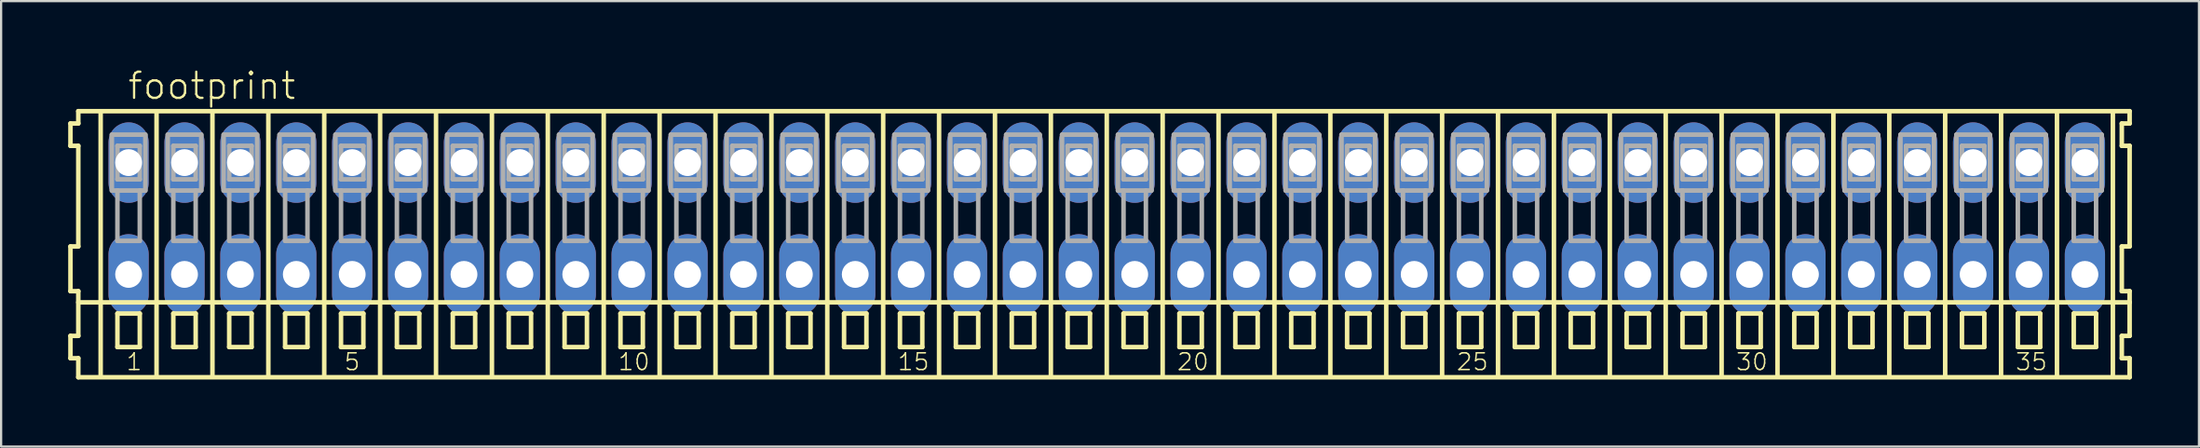
<source format=kicad_pcb>
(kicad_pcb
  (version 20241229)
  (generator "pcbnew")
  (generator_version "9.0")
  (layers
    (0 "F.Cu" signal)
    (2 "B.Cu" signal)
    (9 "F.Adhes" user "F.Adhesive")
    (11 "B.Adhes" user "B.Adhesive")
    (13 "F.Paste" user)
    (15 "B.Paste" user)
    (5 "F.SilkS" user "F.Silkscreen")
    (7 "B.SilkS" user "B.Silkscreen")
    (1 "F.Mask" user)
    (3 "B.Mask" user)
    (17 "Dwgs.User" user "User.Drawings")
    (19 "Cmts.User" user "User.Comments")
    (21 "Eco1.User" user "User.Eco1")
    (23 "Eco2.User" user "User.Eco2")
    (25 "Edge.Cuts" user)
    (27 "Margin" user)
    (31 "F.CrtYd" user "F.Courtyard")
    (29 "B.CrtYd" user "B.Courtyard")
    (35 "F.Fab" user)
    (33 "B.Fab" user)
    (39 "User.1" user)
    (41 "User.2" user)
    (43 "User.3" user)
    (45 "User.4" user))
  (footprint "footprint"
    (layer "F.Cu")
    (at 46.452 6.723)
    (property "Reference" "footprint" (at -43.85 -5.25 0) (layer "F.SilkS") (effects (font (size 1.168 1.168) (thickness 0.102)) (justify left bottom)))
    (fp_line (start -46.35 -4.25) (end -46.35 -3.25) (stroke (width 0.203) (type solid)) (layer "F.SilkS"))
    (fp_line (start -46.35 -3.25) (end -46 -3.25) (stroke (width 0.203) (type solid)) (layer "F.SilkS"))
    (fp_line (start -46.35 1.25) (end -46.35 3.25) (stroke (width 0.203) (type solid)) (layer "F.SilkS"))
    (fp_line (start -46.35 3.25) (end -46 3.25) (stroke (width 0.203) (type solid)) (layer "F.SilkS"))
    (fp_line (start -46.35 5.25) (end -46.35 6.25) (stroke (width 0.203) (type solid)) (layer "F.SilkS"))
    (fp_line (start -46.35 6.25) (end -46 6.25) (stroke (width 0.203) (type solid)) (layer "F.SilkS"))
    (fp_line (start -46 -4.8) (end -46 -4.25) (stroke (width 0.203) (type solid)) (layer "F.SilkS"))
    (fp_line (start -46 -4.25) (end -46.35 -4.25) (stroke (width 0.203) (type solid)) (layer "F.SilkS"))
    (fp_line (start -46 -3.25) (end -46 1.25) (stroke (width 0.203) (type solid)) (layer "F.SilkS"))
    (fp_line (start -46 1.25) (end -46.35 1.25) (stroke (width 0.203) (type solid)) (layer "F.SilkS"))
    (fp_line (start -46 3.25) (end -46 5.25) (stroke (width 0.203) (type solid)) (layer "F.SilkS"))
    (fp_line (start -46 3.75) (end 45.75 3.75) (stroke (width 0.203) (type solid)) (layer "F.SilkS"))
    (fp_line (start -46 5.25) (end -46.35 5.25) (stroke (width 0.203) (type solid)) (layer "F.SilkS"))
    (fp_line (start -46 6.25) (end -46 7.1) (stroke (width 0.203) (type solid)) (layer "F.SilkS"))
    (fp_line (start -46 7.1) (end 45.75 7.1) (stroke (width 0.203) (type solid)) (layer "F.SilkS"))
    (fp_line (start -45 -4.75) (end -45 7) (stroke (width 0.203) (type solid)) (layer "F.SilkS"))
    (fp_line (start -44.25 4.25) (end -44.25 5.75) (stroke (width 0.203) (type solid)) (layer "F.SilkS"))
    (fp_line (start -44.25 5.75) (end -43.25 5.75) (stroke (width 0.203) (type solid)) (layer "F.SilkS"))
    (fp_line (start -43.25 4.25) (end -44.25 4.25) (stroke (width 0.203) (type solid)) (layer "F.SilkS"))
    (fp_line (start -43.25 5.75) (end -43.25 4.25) (stroke (width 0.203) (type solid)) (layer "F.SilkS"))
    (fp_line (start -42.5 -4.75) (end -42.5 7) (stroke (width 0.203) (type solid)) (layer "F.SilkS"))
    (fp_line (start -41.75 4.25) (end -41.75 5.75) (stroke (width 0.203) (type solid)) (layer "F.SilkS"))
    (fp_line (start -41.75 5.75) (end -40.75 5.75) (stroke (width 0.203) (type solid)) (layer "F.SilkS"))
    (fp_line (start -40.75 4.25) (end -41.75 4.25) (stroke (width 0.203) (type solid)) (layer "F.SilkS"))
    (fp_line (start -40.75 5.75) (end -40.75 4.25) (stroke (width 0.203) (type solid)) (layer "F.SilkS"))
    (fp_line (start -40 -4.75) (end -40 7) (stroke (width 0.203) (type solid)) (layer "F.SilkS"))
    (fp_line (start -39.25 4.25) (end -39.25 5.75) (stroke (width 0.203) (type solid)) (layer "F.SilkS"))
    (fp_line (start -39.25 5.75) (end -38.25 5.75) (stroke (width 0.203) (type solid)) (layer "F.SilkS"))
    (fp_line (start -38.25 4.25) (end -39.25 4.25) (stroke (width 0.203) (type solid)) (layer "F.SilkS"))
    (fp_line (start -38.25 5.75) (end -38.25 4.25) (stroke (width 0.203) (type solid)) (layer "F.SilkS"))
    (fp_line (start -37.5 -4.75) (end -37.5 7) (stroke (width 0.203) (type solid)) (layer "F.SilkS"))
    (fp_line (start -36.75 4.25) (end -36.75 5.75) (stroke (width 0.203) (type solid)) (layer "F.SilkS"))
    (fp_line (start -36.75 5.75) (end -35.75 5.75) (stroke (width 0.203) (type solid)) (layer "F.SilkS"))
    (fp_line (start -35.75 4.25) (end -36.75 4.25) (stroke (width 0.203) (type solid)) (layer "F.SilkS"))
    (fp_line (start -35.75 5.75) (end -35.75 4.25) (stroke (width 0.203) (type solid)) (layer "F.SilkS"))
    (fp_line (start -35 -4.75) (end -35 7) (stroke (width 0.203) (type solid)) (layer "F.SilkS"))
    (fp_line (start -34.25 4.25) (end -34.25 5.75) (stroke (width 0.203) (type solid)) (layer "F.SilkS"))
    (fp_line (start -34.25 5.75) (end -33.25 5.75) (stroke (width 0.203) (type solid)) (layer "F.SilkS"))
    (fp_line (start -33.25 4.25) (end -34.25 4.25) (stroke (width 0.203) (type solid)) (layer "F.SilkS"))
    (fp_line (start -33.25 5.75) (end -33.25 4.25) (stroke (width 0.203) (type solid)) (layer "F.SilkS"))
    (fp_line (start -32.5 -4.75) (end -32.5 7) (stroke (width 0.203) (type solid)) (layer "F.SilkS"))
    (fp_line (start -31.75 4.25) (end -31.75 5.75) (stroke (width 0.203) (type solid)) (layer "F.SilkS"))
    (fp_line (start -31.75 5.75) (end -30.75 5.75) (stroke (width 0.203) (type solid)) (layer "F.SilkS"))
    (fp_line (start -30.75 4.25) (end -31.75 4.25) (stroke (width 0.203) (type solid)) (layer "F.SilkS"))
    (fp_line (start -30.75 5.75) (end -30.75 4.25) (stroke (width 0.203) (type solid)) (layer "F.SilkS"))
    (fp_line (start -30 -4.75) (end -30 7) (stroke (width 0.203) (type solid)) (layer "F.SilkS"))
    (fp_line (start -29.25 4.25) (end -29.25 5.75) (stroke (width 0.203) (type solid)) (layer "F.SilkS"))
    (fp_line (start -29.25 5.75) (end -28.25 5.75) (stroke (width 0.203) (type solid)) (layer "F.SilkS"))
    (fp_line (start -28.25 4.25) (end -29.25 4.25) (stroke (width 0.203) (type solid)) (layer "F.SilkS"))
    (fp_line (start -28.25 5.75) (end -28.25 4.25) (stroke (width 0.203) (type solid)) (layer "F.SilkS"))
    (fp_line (start -27.5 -4.75) (end -27.5 7) (stroke (width 0.203) (type solid)) (layer "F.SilkS"))
    (fp_line (start -26.75 4.25) (end -26.75 5.75) (stroke (width 0.203) (type solid)) (layer "F.SilkS"))
    (fp_line (start -26.75 5.75) (end -25.75 5.75) (stroke (width 0.203) (type solid)) (layer "F.SilkS"))
    (fp_line (start -25.75 4.25) (end -26.75 4.25) (stroke (width 0.203) (type solid)) (layer "F.SilkS"))
    (fp_line (start -25.75 5.75) (end -25.75 4.25) (stroke (width 0.203) (type solid)) (layer "F.SilkS"))
    (fp_line (start -25 -4.75) (end -25 7) (stroke (width 0.203) (type solid)) (layer "F.SilkS"))
    (fp_line (start -24.25 4.25) (end -24.25 5.75) (stroke (width 0.203) (type solid)) (layer "F.SilkS"))
    (fp_line (start -24.25 5.75) (end -23.25 5.75) (stroke (width 0.203) (type solid)) (layer "F.SilkS"))
    (fp_line (start -23.25 4.25) (end -24.25 4.25) (stroke (width 0.203) (type solid)) (layer "F.SilkS"))
    (fp_line (start -23.25 5.75) (end -23.25 4.25) (stroke (width 0.203) (type solid)) (layer "F.SilkS"))
    (fp_line (start -22.5 -4.75) (end -22.5 7) (stroke (width 0.203) (type solid)) (layer "F.SilkS"))
    (fp_line (start -21.75 4.25) (end -21.75 5.75) (stroke (width 0.203) (type solid)) (layer "F.SilkS"))
    (fp_line (start -21.75 5.75) (end -20.75 5.75) (stroke (width 0.203) (type solid)) (layer "F.SilkS"))
    (fp_line (start -20.75 4.25) (end -21.75 4.25) (stroke (width 0.203) (type solid)) (layer "F.SilkS"))
    (fp_line (start -20.75 5.75) (end -20.75 4.25) (stroke (width 0.203) (type solid)) (layer "F.SilkS"))
    (fp_line (start -20 -4.75) (end -20 7) (stroke (width 0.203) (type solid)) (layer "F.SilkS"))
    (fp_line (start -19.25 4.25) (end -19.25 5.75) (stroke (width 0.203) (type solid)) (layer "F.SilkS"))
    (fp_line (start -19.25 5.75) (end -18.25 5.75) (stroke (width 0.203) (type solid)) (layer "F.SilkS"))
    (fp_line (start -18.25 4.25) (end -19.25 4.25) (stroke (width 0.203) (type solid)) (layer "F.SilkS"))
    (fp_line (start -18.25 5.75) (end -18.25 4.25) (stroke (width 0.203) (type solid)) (layer "F.SilkS"))
    (fp_line (start -17.5 -4.75) (end -17.5 7) (stroke (width 0.203) (type solid)) (layer "F.SilkS"))
    (fp_line (start -16.75 4.25) (end -16.75 5.75) (stroke (width 0.203) (type solid)) (layer "F.SilkS"))
    (fp_line (start -16.75 5.75) (end -15.75 5.75) (stroke (width 0.203) (type solid)) (layer "F.SilkS"))
    (fp_line (start -15.75 4.25) (end -16.75 4.25) (stroke (width 0.203) (type solid)) (layer "F.SilkS"))
    (fp_line (start -15.75 5.75) (end -15.75 4.25) (stroke (width 0.203) (type solid)) (layer "F.SilkS"))
    (fp_line (start -15 -4.75) (end -15 7) (stroke (width 0.203) (type solid)) (layer "F.SilkS"))
    (fp_line (start -14.25 4.25) (end -14.25 5.75) (stroke (width 0.203) (type solid)) (layer "F.SilkS"))
    (fp_line (start -14.25 5.75) (end -13.25 5.75) (stroke (width 0.203) (type solid)) (layer "F.SilkS"))
    (fp_line (start -13.25 4.25) (end -14.25 4.25) (stroke (width 0.203) (type solid)) (layer "F.SilkS"))
    (fp_line (start -13.25 5.75) (end -13.25 4.25) (stroke (width 0.203) (type solid)) (layer "F.SilkS"))
    (fp_line (start -12.5 -4.75) (end -12.5 7) (stroke (width 0.203) (type solid)) (layer "F.SilkS"))
    (fp_line (start -11.75 4.25) (end -11.75 5.75) (stroke (width 0.203) (type solid)) (layer "F.SilkS"))
    (fp_line (start -11.75 5.75) (end -10.75 5.75) (stroke (width 0.203) (type solid)) (layer "F.SilkS"))
    (fp_line (start -10.75 4.25) (end -11.75 4.25) (stroke (width 0.203) (type solid)) (layer "F.SilkS"))
    (fp_line (start -10.75 5.75) (end -10.75 4.25) (stroke (width 0.203) (type solid)) (layer "F.SilkS"))
    (fp_line (start -10 -4.75) (end -10 7) (stroke (width 0.203) (type solid)) (layer "F.SilkS"))
    (fp_line (start -9.25 4.25) (end -9.25 5.75) (stroke (width 0.203) (type solid)) (layer "F.SilkS"))
    (fp_line (start -9.25 5.75) (end -8.25 5.75) (stroke (width 0.203) (type solid)) (layer "F.SilkS"))
    (fp_line (start -8.25 4.25) (end -9.25 4.25) (stroke (width 0.203) (type solid)) (layer "F.SilkS"))
    (fp_line (start -8.25 5.75) (end -8.25 4.25) (stroke (width 0.203) (type solid)) (layer "F.SilkS"))
    (fp_line (start -7.5 -4.75) (end -7.5 7) (stroke (width 0.203) (type solid)) (layer "F.SilkS"))
    (fp_line (start -6.75 4.25) (end -6.75 5.75) (stroke (width 0.203) (type solid)) (layer "F.SilkS"))
    (fp_line (start -6.75 5.75) (end -5.75 5.75) (stroke (width 0.203) (type solid)) (layer "F.SilkS"))
    (fp_line (start -5.75 4.25) (end -6.75 4.25) (stroke (width 0.203) (type solid)) (layer "F.SilkS"))
    (fp_line (start -5.75 5.75) (end -5.75 4.25) (stroke (width 0.203) (type solid)) (layer "F.SilkS"))
    (fp_line (start -5 -4.75) (end -5 7) (stroke (width 0.203) (type solid)) (layer "F.SilkS"))
    (fp_line (start -4.25 4.25) (end -4.25 5.75) (stroke (width 0.203) (type solid)) (layer "F.SilkS"))
    (fp_line (start -4.25 5.75) (end -3.25 5.75) (stroke (width 0.203) (type solid)) (layer "F.SilkS"))
    (fp_line (start -3.25 4.25) (end -4.25 4.25) (stroke (width 0.203) (type solid)) (layer "F.SilkS"))
    (fp_line (start -3.25 5.75) (end -3.25 4.25) (stroke (width 0.203) (type solid)) (layer "F.SilkS"))
    (fp_line (start -2.5 -4.75) (end -2.5 7) (stroke (width 0.203) (type solid)) (layer "F.SilkS"))
    (fp_line (start -1.75 4.25) (end -1.75 5.75) (stroke (width 0.203) (type solid)) (layer "F.SilkS"))
    (fp_line (start -1.75 5.75) (end -0.75 5.75) (stroke (width 0.203) (type solid)) (layer "F.SilkS"))
    (fp_line (start -0.75 4.25) (end -1.75 4.25) (stroke (width 0.203) (type solid)) (layer "F.SilkS"))
    (fp_line (start -0.75 5.75) (end -0.75 4.25) (stroke (width 0.203) (type solid)) (layer "F.SilkS"))
    (fp_line (start 0 -4.75) (end 0 7) (stroke (width 0.203) (type solid)) (layer "F.SilkS"))
    (fp_line (start 0.75 4.25) (end 0.75 5.75) (stroke (width 0.203) (type solid)) (layer "F.SilkS"))
    (fp_line (start 0.75 5.75) (end 1.75 5.75) (stroke (width 0.203) (type solid)) (layer "F.SilkS"))
    (fp_line (start 1.75 4.25) (end 0.75 4.25) (stroke (width 0.203) (type solid)) (layer "F.SilkS"))
    (fp_line (start 1.75 5.75) (end 1.75 4.25) (stroke (width 0.203) (type solid)) (layer "F.SilkS"))
    (fp_line (start 2.5 -4.75) (end 2.5 7) (stroke (width 0.203) (type solid)) (layer "F.SilkS"))
    (fp_line (start 3.25 4.25) (end 3.25 5.75) (stroke (width 0.203) (type solid)) (layer "F.SilkS"))
    (fp_line (start 3.25 5.75) (end 4.25 5.75) (stroke (width 0.203) (type solid)) (layer "F.SilkS"))
    (fp_line (start 4.25 4.25) (end 3.25 4.25) (stroke (width 0.203) (type solid)) (layer "F.SilkS"))
    (fp_line (start 4.25 5.75) (end 4.25 4.25) (stroke (width 0.203) (type solid)) (layer "F.SilkS"))
    (fp_line (start 5 -4.75) (end 5 7) (stroke (width 0.203) (type solid)) (layer "F.SilkS"))
    (fp_line (start 5.75 4.25) (end 5.75 5.75) (stroke (width 0.203) (type solid)) (layer "F.SilkS"))
    (fp_line (start 5.75 5.75) (end 6.75 5.75) (stroke (width 0.203) (type solid)) (layer "F.SilkS"))
    (fp_line (start 6.75 4.25) (end 5.75 4.25) (stroke (width 0.203) (type solid)) (layer "F.SilkS"))
    (fp_line (start 6.75 5.75) (end 6.75 4.25) (stroke (width 0.203) (type solid)) (layer "F.SilkS"))
    (fp_line (start 7.5 -4.75) (end 7.5 7) (stroke (width 0.203) (type solid)) (layer "F.SilkS"))
    (fp_line (start 8.25 4.25) (end 8.25 5.75) (stroke (width 0.203) (type solid)) (layer "F.SilkS"))
    (fp_line (start 8.25 5.75) (end 9.25 5.75) (stroke (width 0.203) (type solid)) (layer "F.SilkS"))
    (fp_line (start 9.25 4.25) (end 8.25 4.25) (stroke (width 0.203) (type solid)) (layer "F.SilkS"))
    (fp_line (start 9.25 5.75) (end 9.25 4.25) (stroke (width 0.203) (type solid)) (layer "F.SilkS"))
    (fp_line (start 10 -4.75) (end 10 7) (stroke (width 0.203) (type solid)) (layer "F.SilkS"))
    (fp_line (start 10.75 4.25) (end 10.75 5.75) (stroke (width 0.203) (type solid)) (layer "F.SilkS"))
    (fp_line (start 10.75 5.75) (end 11.75 5.75) (stroke (width 0.203) (type solid)) (layer "F.SilkS"))
    (fp_line (start 11.75 4.25) (end 10.75 4.25) (stroke (width 0.203) (type solid)) (layer "F.SilkS"))
    (fp_line (start 11.75 5.75) (end 11.75 4.25) (stroke (width 0.203) (type solid)) (layer "F.SilkS"))
    (fp_line (start 12.5 -4.75) (end 12.5 7) (stroke (width 0.203) (type solid)) (layer "F.SilkS"))
    (fp_line (start 13.25 4.25) (end 13.25 5.75) (stroke (width 0.203) (type solid)) (layer "F.SilkS"))
    (fp_line (start 13.25 5.75) (end 14.25 5.75) (stroke (width 0.203) (type solid)) (layer "F.SilkS"))
    (fp_line (start 14.25 4.25) (end 13.25 4.25) (stroke (width 0.203) (type solid)) (layer "F.SilkS"))
    (fp_line (start 14.25 5.75) (end 14.25 4.25) (stroke (width 0.203) (type solid)) (layer "F.SilkS"))
    (fp_line (start 15 -4.75) (end 15 7) (stroke (width 0.203) (type solid)) (layer "F.SilkS"))
    (fp_line (start 15.75 4.25) (end 15.75 5.75) (stroke (width 0.203) (type solid)) (layer "F.SilkS"))
    (fp_line (start 15.75 5.75) (end 16.75 5.75) (stroke (width 0.203) (type solid)) (layer "F.SilkS"))
    (fp_line (start 16.75 4.25) (end 15.75 4.25) (stroke (width 0.203) (type solid)) (layer "F.SilkS"))
    (fp_line (start 16.75 5.75) (end 16.75 4.25) (stroke (width 0.203) (type solid)) (layer "F.SilkS"))
    (fp_line (start 17.5 -4.75) (end 17.5 7) (stroke (width 0.203) (type solid)) (layer "F.SilkS"))
    (fp_line (start 18.25 4.25) (end 18.25 5.75) (stroke (width 0.203) (type solid)) (layer "F.SilkS"))
    (fp_line (start 18.25 5.75) (end 19.25 5.75) (stroke (width 0.203) (type solid)) (layer "F.SilkS"))
    (fp_line (start 19.25 4.25) (end 18.25 4.25) (stroke (width 0.203) (type solid)) (layer "F.SilkS"))
    (fp_line (start 19.25 5.75) (end 19.25 4.25) (stroke (width 0.203) (type solid)) (layer "F.SilkS"))
    (fp_line (start 20 -4.75) (end 20 7) (stroke (width 0.203) (type solid)) (layer "F.SilkS"))
    (fp_line (start 20.75 4.25) (end 20.75 5.75) (stroke (width 0.203) (type solid)) (layer "F.SilkS"))
    (fp_line (start 20.75 5.75) (end 21.75 5.75) (stroke (width 0.203) (type solid)) (layer "F.SilkS"))
    (fp_line (start 21.75 4.25) (end 20.75 4.25) (stroke (width 0.203) (type solid)) (layer "F.SilkS"))
    (fp_line (start 21.75 5.75) (end 21.75 4.25) (stroke (width 0.203) (type solid)) (layer "F.SilkS"))
    (fp_line (start 22.5 -4.75) (end 22.5 7) (stroke (width 0.203) (type solid)) (layer "F.SilkS"))
    (fp_line (start 23.25 4.25) (end 23.25 5.75) (stroke (width 0.203) (type solid)) (layer "F.SilkS"))
    (fp_line (start 23.25 5.75) (end 24.25 5.75) (stroke (width 0.203) (type solid)) (layer "F.SilkS"))
    (fp_line (start 24.25 4.25) (end 23.25 4.25) (stroke (width 0.203) (type solid)) (layer "F.SilkS"))
    (fp_line (start 24.25 5.75) (end 24.25 4.25) (stroke (width 0.203) (type solid)) (layer "F.SilkS"))
    (fp_line (start 25 -4.75) (end 25 7) (stroke (width 0.203) (type solid)) (layer "F.SilkS"))
    (fp_line (start 25.75 4.25) (end 25.75 5.75) (stroke (width 0.203) (type solid)) (layer "F.SilkS"))
    (fp_line (start 25.75 5.75) (end 26.75 5.75) (stroke (width 0.203) (type solid)) (layer "F.SilkS"))
    (fp_line (start 26.75 4.25) (end 25.75 4.25) (stroke (width 0.203) (type solid)) (layer "F.SilkS"))
    (fp_line (start 26.75 5.75) (end 26.75 4.25) (stroke (width 0.203) (type solid)) (layer "F.SilkS"))
    (fp_line (start 27.5 -4.75) (end 27.5 7) (stroke (width 0.203) (type solid)) (layer "F.SilkS"))
    (fp_line (start 28.25 4.25) (end 28.25 5.75) (stroke (width 0.203) (type solid)) (layer "F.SilkS"))
    (fp_line (start 28.25 5.75) (end 29.25 5.75) (stroke (width 0.203) (type solid)) (layer "F.SilkS"))
    (fp_line (start 29.25 4.25) (end 28.25 4.25) (stroke (width 0.203) (type solid)) (layer "F.SilkS"))
    (fp_line (start 29.25 5.75) (end 29.25 4.25) (stroke (width 0.203) (type solid)) (layer "F.SilkS"))
    (fp_line (start 30 -4.75) (end 30 7) (stroke (width 0.203) (type solid)) (layer "F.SilkS"))
    (fp_line (start 30.75 4.25) (end 30.75 5.75) (stroke (width 0.203) (type solid)) (layer "F.SilkS"))
    (fp_line (start 30.75 5.75) (end 31.75 5.75) (stroke (width 0.203) (type solid)) (layer "F.SilkS"))
    (fp_line (start 31.75 4.25) (end 30.75 4.25) (stroke (width 0.203) (type solid)) (layer "F.SilkS"))
    (fp_line (start 31.75 5.75) (end 31.75 4.25) (stroke (width 0.203) (type solid)) (layer "F.SilkS"))
    (fp_line (start 32.5 -4.75) (end 32.5 7) (stroke (width 0.203) (type solid)) (layer "F.SilkS"))
    (fp_line (start 33.25 4.25) (end 33.25 5.75) (stroke (width 0.203) (type solid)) (layer "F.SilkS"))
    (fp_line (start 33.25 5.75) (end 34.25 5.75) (stroke (width 0.203) (type solid)) (layer "F.SilkS"))
    (fp_line (start 34.25 4.25) (end 33.25 4.25) (stroke (width 0.203) (type solid)) (layer "F.SilkS"))
    (fp_line (start 34.25 5.75) (end 34.25 4.25) (stroke (width 0.203) (type solid)) (layer "F.SilkS"))
    (fp_line (start 35 -4.75) (end 35 7) (stroke (width 0.203) (type solid)) (layer "F.SilkS"))
    (fp_line (start 35.75 4.25) (end 35.75 5.75) (stroke (width 0.203) (type solid)) (layer "F.SilkS"))
    (fp_line (start 35.75 5.75) (end 36.75 5.75) (stroke (width 0.203) (type solid)) (layer "F.SilkS"))
    (fp_line (start 36.75 4.25) (end 35.75 4.25) (stroke (width 0.203) (type solid)) (layer "F.SilkS"))
    (fp_line (start 36.75 5.75) (end 36.75 4.25) (stroke (width 0.203) (type solid)) (layer "F.SilkS"))
    (fp_line (start 37.5 -4.75) (end 37.5 7) (stroke (width 0.203) (type solid)) (layer "F.SilkS"))
    (fp_line (start 38.25 4.25) (end 38.25 5.75) (stroke (width 0.203) (type solid)) (layer "F.SilkS"))
    (fp_line (start 38.25 5.75) (end 39.25 5.75) (stroke (width 0.203) (type solid)) (layer "F.SilkS"))
    (fp_line (start 39.25 4.25) (end 38.25 4.25) (stroke (width 0.203) (type solid)) (layer "F.SilkS"))
    (fp_line (start 39.25 5.75) (end 39.25 4.25) (stroke (width 0.203) (type solid)) (layer "F.SilkS"))
    (fp_line (start 40 -4.75) (end 40 7) (stroke (width 0.203) (type solid)) (layer "F.SilkS"))
    (fp_line (start 40.75 4.25) (end 40.75 5.75) (stroke (width 0.203) (type solid)) (layer "F.SilkS"))
    (fp_line (start 40.75 5.75) (end 41.75 5.75) (stroke (width 0.203) (type solid)) (layer "F.SilkS"))
    (fp_line (start 41.75 4.25) (end 40.75 4.25) (stroke (width 0.203) (type solid)) (layer "F.SilkS"))
    (fp_line (start 41.75 5.75) (end 41.75 4.25) (stroke (width 0.203) (type solid)) (layer "F.SilkS"))
    (fp_line (start 42.5 -4.75) (end 42.5 7) (stroke (width 0.203) (type solid)) (layer "F.SilkS"))
    (fp_line (start 43.25 4.25) (end 43.25 5.75) (stroke (width 0.203) (type solid)) (layer "F.SilkS"))
    (fp_line (start 43.25 5.75) (end 44.25 5.75) (stroke (width 0.203) (type solid)) (layer "F.SilkS"))
    (fp_line (start 44.25 4.25) (end 43.25 4.25) (stroke (width 0.203) (type solid)) (layer "F.SilkS"))
    (fp_line (start 44.25 5.75) (end 44.25 4.25) (stroke (width 0.203) (type solid)) (layer "F.SilkS"))
    (fp_line (start 45 -4.75) (end 45 7) (stroke (width 0.203) (type solid)) (layer "F.SilkS"))
    (fp_line (start 45.4 -4.25) (end 45.4 -3.25) (stroke (width 0.203) (type solid)) (layer "F.SilkS"))
    (fp_line (start 45.4 -3.25) (end 45.75 -3.25) (stroke (width 0.203) (type solid)) (layer "F.SilkS"))
    (fp_line (start 45.4 1.25) (end 45.4 3.25) (stroke (width 0.203) (type solid)) (layer "F.SilkS"))
    (fp_line (start 45.4 3.25) (end 45.75 3.25) (stroke (width 0.203) (type solid)) (layer "F.SilkS"))
    (fp_line (start 45.4 5.25) (end 45.4 6.25) (stroke (width 0.203) (type solid)) (layer "F.SilkS"))
    (fp_line (start 45.4 6.25) (end 45.75 6.25) (stroke (width 0.203) (type solid)) (layer "F.SilkS"))
    (fp_line (start 45.75 -4.8) (end -46 -4.8) (stroke (width 0.203) (type solid)) (layer "F.SilkS"))
    (fp_line (start 45.75 -4.25) (end 45.4 -4.25) (stroke (width 0.203) (type solid)) (layer "F.SilkS"))
    (fp_line (start 45.75 -4.25) (end 45.75 -4.8) (stroke (width 0.203) (type solid)) (layer "F.SilkS"))
    (fp_line (start 45.75 1.25) (end 45.4 1.25) (stroke (width 0.203) (type solid)) (layer "F.SilkS"))
    (fp_line (start 45.75 1.25) (end 45.75 -3.25) (stroke (width 0.203) (type solid)) (layer "F.SilkS"))
    (fp_line (start 45.75 3.75) (end 45.75 3.25) (stroke (width 0.203) (type solid)) (layer "F.SilkS"))
    (fp_line (start 45.75 5.25) (end 45.4 5.25) (stroke (width 0.203) (type solid)) (layer "F.SilkS"))
    (fp_line (start 45.75 5.25) (end 45.75 3.75) (stroke (width 0.203) (type solid)) (layer "F.SilkS"))
    (fp_line (start 45.75 7.1) (end 45.75 6.25) (stroke (width 0.203) (type solid)) (layer "F.SilkS"))
    (fp_line (start -44.5 -3.75) (end -44.5 -1.25) (stroke (width 0.203) (type solid)) (layer "F.Fab"))
    (fp_line (start -44.5 -1.25) (end -44.25 -1.25) (stroke (width 0.203) (type solid)) (layer "F.Fab"))
    (fp_line (start -44.25 -3.25) (end -44.25 -1.75) (stroke (width 0.203) (type solid)) (layer "F.Fab"))
    (fp_line (start -44.25 -1.75) (end -43.25 -1.75) (stroke (width 0.203) (type solid)) (layer "F.Fab"))
    (fp_line (start -44.25 -1.25) (end -44.25 1) (stroke (width 0.203) (type solid)) (layer "F.Fab"))
    (fp_line (start -44.25 -1.25) (end -43.25 -1.25) (stroke (width 0.203) (type solid)) (layer "F.Fab"))
    (fp_line (start -44.25 1) (end -43.25 1) (stroke (width 0.203) (type solid)) (layer "F.Fab"))
    (fp_line (start -43.25 -3.25) (end -44.25 -3.25) (stroke (width 0.203) (type solid)) (layer "F.Fab"))
    (fp_line (start -43.25 -1.75) (end -43.25 -3.25) (stroke (width 0.203) (type solid)) (layer "F.Fab"))
    (fp_line (start -43.25 -1.25) (end -43 -1.25) (stroke (width 0.203) (type solid)) (layer "F.Fab"))
    (fp_line (start -43.25 1) (end -43.25 -1.25) (stroke (width 0.203) (type solid)) (layer "F.Fab"))
    (fp_line (start -43 -3.75) (end -44.5 -3.75) (stroke (width 0.203) (type solid)) (layer "F.Fab"))
    (fp_line (start -43 -1.25) (end -43 -3.75) (stroke (width 0.203) (type solid)) (layer "F.Fab"))
    (fp_line (start -42 -3.75) (end -42 -1.25) (stroke (width 0.203) (type solid)) (layer "F.Fab"))
    (fp_line (start -42 -1.25) (end -41.75 -1.25) (stroke (width 0.203) (type solid)) (layer "F.Fab"))
    (fp_line (start -41.75 -3.25) (end -41.75 -1.75) (stroke (width 0.203) (type solid)) (layer "F.Fab"))
    (fp_line (start -41.75 -1.75) (end -40.75 -1.75) (stroke (width 0.203) (type solid)) (layer "F.Fab"))
    (fp_line (start -41.75 -1.25) (end -41.75 1) (stroke (width 0.203) (type solid)) (layer "F.Fab"))
    (fp_line (start -41.75 -1.25) (end -40.75 -1.25) (stroke (width 0.203) (type solid)) (layer "F.Fab"))
    (fp_line (start -41.75 1) (end -40.75 1) (stroke (width 0.203) (type solid)) (layer "F.Fab"))
    (fp_line (start -40.75 -3.25) (end -41.75 -3.25) (stroke (width 0.203) (type solid)) (layer "F.Fab"))
    (fp_line (start -40.75 -1.75) (end -40.75 -3.25) (stroke (width 0.203) (type solid)) (layer "F.Fab"))
    (fp_line (start -40.75 -1.25) (end -40.5 -1.25) (stroke (width 0.203) (type solid)) (layer "F.Fab"))
    (fp_line (start -40.75 1) (end -40.75 -1.25) (stroke (width 0.203) (type solid)) (layer "F.Fab"))
    (fp_line (start -40.5 -3.75) (end -42 -3.75) (stroke (width 0.203) (type solid)) (layer "F.Fab"))
    (fp_line (start -40.5 -1.25) (end -40.5 -3.75) (stroke (width 0.203) (type solid)) (layer "F.Fab"))
    (fp_line (start -39.5 -3.75) (end -39.5 -1.25) (stroke (width 0.203) (type solid)) (layer "F.Fab"))
    (fp_line (start -39.5 -1.25) (end -39.25 -1.25) (stroke (width 0.203) (type solid)) (layer "F.Fab"))
    (fp_line (start -39.25 -3.25) (end -39.25 -1.75) (stroke (width 0.203) (type solid)) (layer "F.Fab"))
    (fp_line (start -39.25 -1.75) (end -38.25 -1.75) (stroke (width 0.203) (type solid)) (layer "F.Fab"))
    (fp_line (start -39.25 -1.25) (end -39.25 1) (stroke (width 0.203) (type solid)) (layer "F.Fab"))
    (fp_line (start -39.25 -1.25) (end -38.25 -1.25) (stroke (width 0.203) (type solid)) (layer "F.Fab"))
    (fp_line (start -39.25 1) (end -38.25 1) (stroke (width 0.203) (type solid)) (layer "F.Fab"))
    (fp_line (start -38.25 -3.25) (end -39.25 -3.25) (stroke (width 0.203) (type solid)) (layer "F.Fab"))
    (fp_line (start -38.25 -1.75) (end -38.25 -3.25) (stroke (width 0.203) (type solid)) (layer "F.Fab"))
    (fp_line (start -38.25 -1.25) (end -38 -1.25) (stroke (width 0.203) (type solid)) (layer "F.Fab"))
    (fp_line (start -38.25 1) (end -38.25 -1.25) (stroke (width 0.203) (type solid)) (layer "F.Fab"))
    (fp_line (start -38 -3.75) (end -39.5 -3.75) (stroke (width 0.203) (type solid)) (layer "F.Fab"))
    (fp_line (start -38 -1.25) (end -38 -3.75) (stroke (width 0.203) (type solid)) (layer "F.Fab"))
    (fp_line (start -37 -3.75) (end -37 -1.25) (stroke (width 0.203) (type solid)) (layer "F.Fab"))
    (fp_line (start -37 -1.25) (end -36.75 -1.25) (stroke (width 0.203) (type solid)) (layer "F.Fab"))
    (fp_line (start -36.75 -3.25) (end -36.75 -1.75) (stroke (width 0.203) (type solid)) (layer "F.Fab"))
    (fp_line (start -36.75 -1.75) (end -35.75 -1.75) (stroke (width 0.203) (type solid)) (layer "F.Fab"))
    (fp_line (start -36.75 -1.25) (end -36.75 1) (stroke (width 0.203) (type solid)) (layer "F.Fab"))
    (fp_line (start -36.75 -1.25) (end -35.75 -1.25) (stroke (width 0.203) (type solid)) (layer "F.Fab"))
    (fp_line (start -36.75 1) (end -35.75 1) (stroke (width 0.203) (type solid)) (layer "F.Fab"))
    (fp_line (start -35.75 -3.25) (end -36.75 -3.25) (stroke (width 0.203) (type solid)) (layer "F.Fab"))
    (fp_line (start -35.75 -1.75) (end -35.75 -3.25) (stroke (width 0.203) (type solid)) (layer "F.Fab"))
    (fp_line (start -35.75 -1.25) (end -35.5 -1.25) (stroke (width 0.203) (type solid)) (layer "F.Fab"))
    (fp_line (start -35.75 1) (end -35.75 -1.25) (stroke (width 0.203) (type solid)) (layer "F.Fab"))
    (fp_line (start -35.5 -3.75) (end -37 -3.75) (stroke (width 0.203) (type solid)) (layer "F.Fab"))
    (fp_line (start -35.5 -1.25) (end -35.5 -3.75) (stroke (width 0.203) (type solid)) (layer "F.Fab"))
    (fp_line (start -34.5 -3.75) (end -34.5 -1.25) (stroke (width 0.203) (type solid)) (layer "F.Fab"))
    (fp_line (start -34.5 -1.25) (end -34.25 -1.25) (stroke (width 0.203) (type solid)) (layer "F.Fab"))
    (fp_line (start -34.25 -3.25) (end -34.25 -1.75) (stroke (width 0.203) (type solid)) (layer "F.Fab"))
    (fp_line (start -34.25 -1.75) (end -33.25 -1.75) (stroke (width 0.203) (type solid)) (layer "F.Fab"))
    (fp_line (start -34.25 -1.25) (end -34.25 1) (stroke (width 0.203) (type solid)) (layer "F.Fab"))
    (fp_line (start -34.25 -1.25) (end -33.25 -1.25) (stroke (width 0.203) (type solid)) (layer "F.Fab"))
    (fp_line (start -34.25 1) (end -33.25 1) (stroke (width 0.203) (type solid)) (layer "F.Fab"))
    (fp_line (start -33.25 -3.25) (end -34.25 -3.25) (stroke (width 0.203) (type solid)) (layer "F.Fab"))
    (fp_line (start -33.25 -1.75) (end -33.25 -3.25) (stroke (width 0.203) (type solid)) (layer "F.Fab"))
    (fp_line (start -33.25 -1.25) (end -33 -1.25) (stroke (width 0.203) (type solid)) (layer "F.Fab"))
    (fp_line (start -33.25 1) (end -33.25 -1.25) (stroke (width 0.203) (type solid)) (layer "F.Fab"))
    (fp_line (start -33 -3.75) (end -34.5 -3.75) (stroke (width 0.203) (type solid)) (layer "F.Fab"))
    (fp_line (start -33 -1.25) (end -33 -3.75) (stroke (width 0.203) (type solid)) (layer "F.Fab"))
    (fp_line (start -32 -3.75) (end -32 -1.25) (stroke (width 0.203) (type solid)) (layer "F.Fab"))
    (fp_line (start -32 -1.25) (end -31.75 -1.25) (stroke (width 0.203) (type solid)) (layer "F.Fab"))
    (fp_line (start -31.75 -3.25) (end -31.75 -1.75) (stroke (width 0.203) (type solid)) (layer "F.Fab"))
    (fp_line (start -31.75 -1.75) (end -30.75 -1.75) (stroke (width 0.203) (type solid)) (layer "F.Fab"))
    (fp_line (start -31.75 -1.25) (end -31.75 1) (stroke (width 0.203) (type solid)) (layer "F.Fab"))
    (fp_line (start -31.75 -1.25) (end -30.75 -1.25) (stroke (width 0.203) (type solid)) (layer "F.Fab"))
    (fp_line (start -31.75 1) (end -30.75 1) (stroke (width 0.203) (type solid)) (layer "F.Fab"))
    (fp_line (start -30.75 -3.25) (end -31.75 -3.25) (stroke (width 0.203) (type solid)) (layer "F.Fab"))
    (fp_line (start -30.75 -1.75) (end -30.75 -3.25) (stroke (width 0.203) (type solid)) (layer "F.Fab"))
    (fp_line (start -30.75 -1.25) (end -30.5 -1.25) (stroke (width 0.203) (type solid)) (layer "F.Fab"))
    (fp_line (start -30.75 1) (end -30.75 -1.25) (stroke (width 0.203) (type solid)) (layer "F.Fab"))
    (fp_line (start -30.5 -3.75) (end -32 -3.75) (stroke (width 0.203) (type solid)) (layer "F.Fab"))
    (fp_line (start -30.5 -1.25) (end -30.5 -3.75) (stroke (width 0.203) (type solid)) (layer "F.Fab"))
    (fp_line (start -29.5 -3.75) (end -29.5 -1.25) (stroke (width 0.203) (type solid)) (layer "F.Fab"))
    (fp_line (start -29.5 -1.25) (end -29.25 -1.25) (stroke (width 0.203) (type solid)) (layer "F.Fab"))
    (fp_line (start -29.25 -3.25) (end -29.25 -1.75) (stroke (width 0.203) (type solid)) (layer "F.Fab"))
    (fp_line (start -29.25 -1.75) (end -28.25 -1.75) (stroke (width 0.203) (type solid)) (layer "F.Fab"))
    (fp_line (start -29.25 -1.25) (end -29.25 1) (stroke (width 0.203) (type solid)) (layer "F.Fab"))
    (fp_line (start -29.25 -1.25) (end -28.25 -1.25) (stroke (width 0.203) (type solid)) (layer "F.Fab"))
    (fp_line (start -29.25 1) (end -28.25 1) (stroke (width 0.203) (type solid)) (layer "F.Fab"))
    (fp_line (start -28.25 -3.25) (end -29.25 -3.25) (stroke (width 0.203) (type solid)) (layer "F.Fab"))
    (fp_line (start -28.25 -1.75) (end -28.25 -3.25) (stroke (width 0.203) (type solid)) (layer "F.Fab"))
    (fp_line (start -28.25 -1.25) (end -28 -1.25) (stroke (width 0.203) (type solid)) (layer "F.Fab"))
    (fp_line (start -28.25 1) (end -28.25 -1.25) (stroke (width 0.203) (type solid)) (layer "F.Fab"))
    (fp_line (start -28 -3.75) (end -29.5 -3.75) (stroke (width 0.203) (type solid)) (layer "F.Fab"))
    (fp_line (start -28 -1.25) (end -28 -3.75) (stroke (width 0.203) (type solid)) (layer "F.Fab"))
    (fp_line (start -27 -3.75) (end -27 -1.25) (stroke (width 0.203) (type solid)) (layer "F.Fab"))
    (fp_line (start -27 -1.25) (end -26.75 -1.25) (stroke (width 0.203) (type solid)) (layer "F.Fab"))
    (fp_line (start -26.75 -3.25) (end -26.75 -1.75) (stroke (width 0.203) (type solid)) (layer "F.Fab"))
    (fp_line (start -26.75 -1.75) (end -25.75 -1.75) (stroke (width 0.203) (type solid)) (layer "F.Fab"))
    (fp_line (start -26.75 -1.25) (end -26.75 1) (stroke (width 0.203) (type solid)) (layer "F.Fab"))
    (fp_line (start -26.75 -1.25) (end -25.75 -1.25) (stroke (width 0.203) (type solid)) (layer "F.Fab"))
    (fp_line (start -26.75 1) (end -25.75 1) (stroke (width 0.203) (type solid)) (layer "F.Fab"))
    (fp_line (start -25.75 -3.25) (end -26.75 -3.25) (stroke (width 0.203) (type solid)) (layer "F.Fab"))
    (fp_line (start -25.75 -1.75) (end -25.75 -3.25) (stroke (width 0.203) (type solid)) (layer "F.Fab"))
    (fp_line (start -25.75 -1.25) (end -25.5 -1.25) (stroke (width 0.203) (type solid)) (layer "F.Fab"))
    (fp_line (start -25.75 1) (end -25.75 -1.25) (stroke (width 0.203) (type solid)) (layer "F.Fab"))
    (fp_line (start -25.5 -3.75) (end -27 -3.75) (stroke (width 0.203) (type solid)) (layer "F.Fab"))
    (fp_line (start -25.5 -1.25) (end -25.5 -3.75) (stroke (width 0.203) (type solid)) (layer "F.Fab"))
    (fp_line (start -24.5 -3.75) (end -24.5 -1.25) (stroke (width 0.203) (type solid)) (layer "F.Fab"))
    (fp_line (start -24.5 -1.25) (end -24.25 -1.25) (stroke (width 0.203) (type solid)) (layer "F.Fab"))
    (fp_line (start -24.25 -3.25) (end -24.25 -1.75) (stroke (width 0.203) (type solid)) (layer "F.Fab"))
    (fp_line (start -24.25 -1.75) (end -23.25 -1.75) (stroke (width 0.203) (type solid)) (layer "F.Fab"))
    (fp_line (start -24.25 -1.25) (end -24.25 1) (stroke (width 0.203) (type solid)) (layer "F.Fab"))
    (fp_line (start -24.25 -1.25) (end -23.25 -1.25) (stroke (width 0.203) (type solid)) (layer "F.Fab"))
    (fp_line (start -24.25 1) (end -23.25 1) (stroke (width 0.203) (type solid)) (layer "F.Fab"))
    (fp_line (start -23.25 -3.25) (end -24.25 -3.25) (stroke (width 0.203) (type solid)) (layer "F.Fab"))
    (fp_line (start -23.25 -1.75) (end -23.25 -3.25) (stroke (width 0.203) (type solid)) (layer "F.Fab"))
    (fp_line (start -23.25 -1.25) (end -23 -1.25) (stroke (width 0.203) (type solid)) (layer "F.Fab"))
    (fp_line (start -23.25 1) (end -23.25 -1.25) (stroke (width 0.203) (type solid)) (layer "F.Fab"))
    (fp_line (start -23 -3.75) (end -24.5 -3.75) (stroke (width 0.203) (type solid)) (layer "F.Fab"))
    (fp_line (start -23 -1.25) (end -23 -3.75) (stroke (width 0.203) (type solid)) (layer "F.Fab"))
    (fp_line (start -22 -3.75) (end -22 -1.25) (stroke (width 0.203) (type solid)) (layer "F.Fab"))
    (fp_line (start -22 -1.25) (end -21.75 -1.25) (stroke (width 0.203) (type solid)) (layer "F.Fab"))
    (fp_line (start -21.75 -3.25) (end -21.75 -1.75) (stroke (width 0.203) (type solid)) (layer "F.Fab"))
    (fp_line (start -21.75 -1.75) (end -20.75 -1.75) (stroke (width 0.203) (type solid)) (layer "F.Fab"))
    (fp_line (start -21.75 -1.25) (end -21.75 1) (stroke (width 0.203) (type solid)) (layer "F.Fab"))
    (fp_line (start -21.75 -1.25) (end -20.75 -1.25) (stroke (width 0.203) (type solid)) (layer "F.Fab"))
    (fp_line (start -21.75 1) (end -20.75 1) (stroke (width 0.203) (type solid)) (layer "F.Fab"))
    (fp_line (start -20.75 -3.25) (end -21.75 -3.25) (stroke (width 0.203) (type solid)) (layer "F.Fab"))
    (fp_line (start -20.75 -1.75) (end -20.75 -3.25) (stroke (width 0.203) (type solid)) (layer "F.Fab"))
    (fp_line (start -20.75 -1.25) (end -20.5 -1.25) (stroke (width 0.203) (type solid)) (layer "F.Fab"))
    (fp_line (start -20.75 1) (end -20.75 -1.25) (stroke (width 0.203) (type solid)) (layer "F.Fab"))
    (fp_line (start -20.5 -3.75) (end -22 -3.75) (stroke (width 0.203) (type solid)) (layer "F.Fab"))
    (fp_line (start -20.5 -1.25) (end -20.5 -3.75) (stroke (width 0.203) (type solid)) (layer "F.Fab"))
    (fp_line (start -19.5 -3.75) (end -19.5 -1.25) (stroke (width 0.203) (type solid)) (layer "F.Fab"))
    (fp_line (start -19.5 -1.25) (end -19.25 -1.25) (stroke (width 0.203) (type solid)) (layer "F.Fab"))
    (fp_line (start -19.25 -3.25) (end -19.25 -1.75) (stroke (width 0.203) (type solid)) (layer "F.Fab"))
    (fp_line (start -19.25 -1.75) (end -18.25 -1.75) (stroke (width 0.203) (type solid)) (layer "F.Fab"))
    (fp_line (start -19.25 -1.25) (end -19.25 1) (stroke (width 0.203) (type solid)) (layer "F.Fab"))
    (fp_line (start -19.25 -1.25) (end -18.25 -1.25) (stroke (width 0.203) (type solid)) (layer "F.Fab"))
    (fp_line (start -19.25 1) (end -18.25 1) (stroke (width 0.203) (type solid)) (layer "F.Fab"))
    (fp_line (start -18.25 -3.25) (end -19.25 -3.25) (stroke (width 0.203) (type solid)) (layer "F.Fab"))
    (fp_line (start -18.25 -1.75) (end -18.25 -3.25) (stroke (width 0.203) (type solid)) (layer "F.Fab"))
    (fp_line (start -18.25 -1.25) (end -18 -1.25) (stroke (width 0.203) (type solid)) (layer "F.Fab"))
    (fp_line (start -18.25 1) (end -18.25 -1.25) (stroke (width 0.203) (type solid)) (layer "F.Fab"))
    (fp_line (start -18 -3.75) (end -19.5 -3.75) (stroke (width 0.203) (type solid)) (layer "F.Fab"))
    (fp_line (start -18 -1.25) (end -18 -3.75) (stroke (width 0.203) (type solid)) (layer "F.Fab"))
    (fp_line (start -17 -3.75) (end -17 -1.25) (stroke (width 0.203) (type solid)) (layer "F.Fab"))
    (fp_line (start -17 -1.25) (end -16.75 -1.25) (stroke (width 0.203) (type solid)) (layer "F.Fab"))
    (fp_line (start -16.75 -3.25) (end -16.75 -1.75) (stroke (width 0.203) (type solid)) (layer "F.Fab"))
    (fp_line (start -16.75 -1.75) (end -15.75 -1.75) (stroke (width 0.203) (type solid)) (layer "F.Fab"))
    (fp_line (start -16.75 -1.25) (end -16.75 1) (stroke (width 0.203) (type solid)) (layer "F.Fab"))
    (fp_line (start -16.75 -1.25) (end -15.75 -1.25) (stroke (width 0.203) (type solid)) (layer "F.Fab"))
    (fp_line (start -16.75 1) (end -15.75 1) (stroke (width 0.203) (type solid)) (layer "F.Fab"))
    (fp_line (start -15.75 -3.25) (end -16.75 -3.25) (stroke (width 0.203) (type solid)) (layer "F.Fab"))
    (fp_line (start -15.75 -1.75) (end -15.75 -3.25) (stroke (width 0.203) (type solid)) (layer "F.Fab"))
    (fp_line (start -15.75 -1.25) (end -15.5 -1.25) (stroke (width 0.203) (type solid)) (layer "F.Fab"))
    (fp_line (start -15.75 1) (end -15.75 -1.25) (stroke (width 0.203) (type solid)) (layer "F.Fab"))
    (fp_line (start -15.5 -3.75) (end -17 -3.75) (stroke (width 0.203) (type solid)) (layer "F.Fab"))
    (fp_line (start -15.5 -1.25) (end -15.5 -3.75) (stroke (width 0.203) (type solid)) (layer "F.Fab"))
    (fp_line (start -14.5 -3.75) (end -14.5 -1.25) (stroke (width 0.203) (type solid)) (layer "F.Fab"))
    (fp_line (start -14.5 -1.25) (end -14.25 -1.25) (stroke (width 0.203) (type solid)) (layer "F.Fab"))
    (fp_line (start -14.25 -3.25) (end -14.25 -1.75) (stroke (width 0.203) (type solid)) (layer "F.Fab"))
    (fp_line (start -14.25 -1.75) (end -13.25 -1.75) (stroke (width 0.203) (type solid)) (layer "F.Fab"))
    (fp_line (start -14.25 -1.25) (end -14.25 1) (stroke (width 0.203) (type solid)) (layer "F.Fab"))
    (fp_line (start -14.25 -1.25) (end -13.25 -1.25) (stroke (width 0.203) (type solid)) (layer "F.Fab"))
    (fp_line (start -14.25 1) (end -13.25 1) (stroke (width 0.203) (type solid)) (layer "F.Fab"))
    (fp_line (start -13.25 -3.25) (end -14.25 -3.25) (stroke (width 0.203) (type solid)) (layer "F.Fab"))
    (fp_line (start -13.25 -1.75) (end -13.25 -3.25) (stroke (width 0.203) (type solid)) (layer "F.Fab"))
    (fp_line (start -13.25 -1.25) (end -13 -1.25) (stroke (width 0.203) (type solid)) (layer "F.Fab"))
    (fp_line (start -13.25 1) (end -13.25 -1.25) (stroke (width 0.203) (type solid)) (layer "F.Fab"))
    (fp_line (start -13 -3.75) (end -14.5 -3.75) (stroke (width 0.203) (type solid)) (layer "F.Fab"))
    (fp_line (start -13 -1.25) (end -13 -3.75) (stroke (width 0.203) (type solid)) (layer "F.Fab"))
    (fp_line (start -12 -3.75) (end -12 -1.25) (stroke (width 0.203) (type solid)) (layer "F.Fab"))
    (fp_line (start -12 -1.25) (end -11.75 -1.25) (stroke (width 0.203) (type solid)) (layer "F.Fab"))
    (fp_line (start -11.75 -3.25) (end -11.75 -1.75) (stroke (width 0.203) (type solid)) (layer "F.Fab"))
    (fp_line (start -11.75 -1.75) (end -10.75 -1.75) (stroke (width 0.203) (type solid)) (layer "F.Fab"))
    (fp_line (start -11.75 -1.25) (end -11.75 1) (stroke (width 0.203) (type solid)) (layer "F.Fab"))
    (fp_line (start -11.75 -1.25) (end -10.75 -1.25) (stroke (width 0.203) (type solid)) (layer "F.Fab"))
    (fp_line (start -11.75 1) (end -10.75 1) (stroke (width 0.203) (type solid)) (layer "F.Fab"))
    (fp_line (start -10.75 -3.25) (end -11.75 -3.25) (stroke (width 0.203) (type solid)) (layer "F.Fab"))
    (fp_line (start -10.75 -1.75) (end -10.75 -3.25) (stroke (width 0.203) (type solid)) (layer "F.Fab"))
    (fp_line (start -10.75 -1.25) (end -10.5 -1.25) (stroke (width 0.203) (type solid)) (layer "F.Fab"))
    (fp_line (start -10.75 1) (end -10.75 -1.25) (stroke (width 0.203) (type solid)) (layer "F.Fab"))
    (fp_line (start -10.5 -3.75) (end -12 -3.75) (stroke (width 0.203) (type solid)) (layer "F.Fab"))
    (fp_line (start -10.5 -1.25) (end -10.5 -3.75) (stroke (width 0.203) (type solid)) (layer "F.Fab"))
    (fp_line (start -9.5 -3.75) (end -9.5 -1.25) (stroke (width 0.203) (type solid)) (layer "F.Fab"))
    (fp_line (start -9.5 -1.25) (end -9.25 -1.25) (stroke (width 0.203) (type solid)) (layer "F.Fab"))
    (fp_line (start -9.25 -3.25) (end -9.25 -1.75) (stroke (width 0.203) (type solid)) (layer "F.Fab"))
    (fp_line (start -9.25 -1.75) (end -8.25 -1.75) (stroke (width 0.203) (type solid)) (layer "F.Fab"))
    (fp_line (start -9.25 -1.25) (end -9.25 1) (stroke (width 0.203) (type solid)) (layer "F.Fab"))
    (fp_line (start -9.25 -1.25) (end -8.25 -1.25) (stroke (width 0.203) (type solid)) (layer "F.Fab"))
    (fp_line (start -9.25 1) (end -8.25 1) (stroke (width 0.203) (type solid)) (layer "F.Fab"))
    (fp_line (start -8.25 -3.25) (end -9.25 -3.25) (stroke (width 0.203) (type solid)) (layer "F.Fab"))
    (fp_line (start -8.25 -1.75) (end -8.25 -3.25) (stroke (width 0.203) (type solid)) (layer "F.Fab"))
    (fp_line (start -8.25 -1.25) (end -8 -1.25) (stroke (width 0.203) (type solid)) (layer "F.Fab"))
    (fp_line (start -8.25 1) (end -8.25 -1.25) (stroke (width 0.203) (type solid)) (layer "F.Fab"))
    (fp_line (start -8 -3.75) (end -9.5 -3.75) (stroke (width 0.203) (type solid)) (layer "F.Fab"))
    (fp_line (start -8 -1.25) (end -8 -3.75) (stroke (width 0.203) (type solid)) (layer "F.Fab"))
    (fp_line (start -7 -3.75) (end -7 -1.25) (stroke (width 0.203) (type solid)) (layer "F.Fab"))
    (fp_line (start -7 -1.25) (end -6.75 -1.25) (stroke (width 0.203) (type solid)) (layer "F.Fab"))
    (fp_line (start -6.75 -3.25) (end -6.75 -1.75) (stroke (width 0.203) (type solid)) (layer "F.Fab"))
    (fp_line (start -6.75 -1.75) (end -5.75 -1.75) (stroke (width 0.203) (type solid)) (layer "F.Fab"))
    (fp_line (start -6.75 -1.25) (end -6.75 1) (stroke (width 0.203) (type solid)) (layer "F.Fab"))
    (fp_line (start -6.75 -1.25) (end -5.75 -1.25) (stroke (width 0.203) (type solid)) (layer "F.Fab"))
    (fp_line (start -6.75 1) (end -5.75 1) (stroke (width 0.203) (type solid)) (layer "F.Fab"))
    (fp_line (start -5.75 -3.25) (end -6.75 -3.25) (stroke (width 0.203) (type solid)) (layer "F.Fab"))
    (fp_line (start -5.75 -1.75) (end -5.75 -3.25) (stroke (width 0.203) (type solid)) (layer "F.Fab"))
    (fp_line (start -5.75 -1.25) (end -5.5 -1.25) (stroke (width 0.203) (type solid)) (layer "F.Fab"))
    (fp_line (start -5.75 1) (end -5.75 -1.25) (stroke (width 0.203) (type solid)) (layer "F.Fab"))
    (fp_line (start -5.5 -3.75) (end -7 -3.75) (stroke (width 0.203) (type solid)) (layer "F.Fab"))
    (fp_line (start -5.5 -1.25) (end -5.5 -3.75) (stroke (width 0.203) (type solid)) (layer "F.Fab"))
    (fp_line (start -4.5 -3.75) (end -4.5 -1.25) (stroke (width 0.203) (type solid)) (layer "F.Fab"))
    (fp_line (start -4.5 -1.25) (end -4.25 -1.25) (stroke (width 0.203) (type solid)) (layer "F.Fab"))
    (fp_line (start -4.25 -3.25) (end -4.25 -1.75) (stroke (width 0.203) (type solid)) (layer "F.Fab"))
    (fp_line (start -4.25 -1.75) (end -3.25 -1.75) (stroke (width 0.203) (type solid)) (layer "F.Fab"))
    (fp_line (start -4.25 -1.25) (end -4.25 1) (stroke (width 0.203) (type solid)) (layer "F.Fab"))
    (fp_line (start -4.25 -1.25) (end -3.25 -1.25) (stroke (width 0.203) (type solid)) (layer "F.Fab"))
    (fp_line (start -4.25 1) (end -3.25 1) (stroke (width 0.203) (type solid)) (layer "F.Fab"))
    (fp_line (start -3.25 -3.25) (end -4.25 -3.25) (stroke (width 0.203) (type solid)) (layer "F.Fab"))
    (fp_line (start -3.25 -1.75) (end -3.25 -3.25) (stroke (width 0.203) (type solid)) (layer "F.Fab"))
    (fp_line (start -3.25 -1.25) (end -3 -1.25) (stroke (width 0.203) (type solid)) (layer "F.Fab"))
    (fp_line (start -3.25 1) (end -3.25 -1.25) (stroke (width 0.203) (type solid)) (layer "F.Fab"))
    (fp_line (start -3 -3.75) (end -4.5 -3.75) (stroke (width 0.203) (type solid)) (layer "F.Fab"))
    (fp_line (start -3 -1.25) (end -3 -3.75) (stroke (width 0.203) (type solid)) (layer "F.Fab"))
    (fp_line (start -2 -3.75) (end -2 -1.25) (stroke (width 0.203) (type solid)) (layer "F.Fab"))
    (fp_line (start -2 -1.25) (end -1.75 -1.25) (stroke (width 0.203) (type solid)) (layer "F.Fab"))
    (fp_line (start -1.75 -3.25) (end -1.75 -1.75) (stroke (width 0.203) (type solid)) (layer "F.Fab"))
    (fp_line (start -1.75 -1.75) (end -0.75 -1.75) (stroke (width 0.203) (type solid)) (layer "F.Fab"))
    (fp_line (start -1.75 -1.25) (end -1.75 1) (stroke (width 0.203) (type solid)) (layer "F.Fab"))
    (fp_line (start -1.75 -1.25) (end -0.75 -1.25) (stroke (width 0.203) (type solid)) (layer "F.Fab"))
    (fp_line (start -1.75 1) (end -0.75 1) (stroke (width 0.203) (type solid)) (layer "F.Fab"))
    (fp_line (start -0.75 -3.25) (end -1.75 -3.25) (stroke (width 0.203) (type solid)) (layer "F.Fab"))
    (fp_line (start -0.75 -1.75) (end -0.75 -3.25) (stroke (width 0.203) (type solid)) (layer "F.Fab"))
    (fp_line (start -0.75 -1.25) (end -0.5 -1.25) (stroke (width 0.203) (type solid)) (layer "F.Fab"))
    (fp_line (start -0.75 1) (end -0.75 -1.25) (stroke (width 0.203) (type solid)) (layer "F.Fab"))
    (fp_line (start -0.5 -3.75) (end -2 -3.75) (stroke (width 0.203) (type solid)) (layer "F.Fab"))
    (fp_line (start -0.5 -1.25) (end -0.5 -3.75) (stroke (width 0.203) (type solid)) (layer "F.Fab"))
    (fp_line (start 0.5 -3.75) (end 0.5 -1.25) (stroke (width 0.203) (type solid)) (layer "F.Fab"))
    (fp_line (start 0.5 -1.25) (end 0.75 -1.25) (stroke (width 0.203) (type solid)) (layer "F.Fab"))
    (fp_line (start 0.75 -3.25) (end 0.75 -1.75) (stroke (width 0.203) (type solid)) (layer "F.Fab"))
    (fp_line (start 0.75 -1.75) (end 1.75 -1.75) (stroke (width 0.203) (type solid)) (layer "F.Fab"))
    (fp_line (start 0.75 -1.25) (end 0.75 1) (stroke (width 0.203) (type solid)) (layer "F.Fab"))
    (fp_line (start 0.75 -1.25) (end 1.75 -1.25) (stroke (width 0.203) (type solid)) (layer "F.Fab"))
    (fp_line (start 0.75 1) (end 1.75 1) (stroke (width 0.203) (type solid)) (layer "F.Fab"))
    (fp_line (start 1.75 -3.25) (end 0.75 -3.25) (stroke (width 0.203) (type solid)) (layer "F.Fab"))
    (fp_line (start 1.75 -1.75) (end 1.75 -3.25) (stroke (width 0.203) (type solid)) (layer "F.Fab"))
    (fp_line (start 1.75 -1.25) (end 2 -1.25) (stroke (width 0.203) (type solid)) (layer "F.Fab"))
    (fp_line (start 1.75 1) (end 1.75 -1.25) (stroke (width 0.203) (type solid)) (layer "F.Fab"))
    (fp_line (start 2 -3.75) (end 0.5 -3.75) (stroke (width 0.203) (type solid)) (layer "F.Fab"))
    (fp_line (start 2 -1.25) (end 2 -3.75) (stroke (width 0.203) (type solid)) (layer "F.Fab"))
    (fp_line (start 3 -3.75) (end 3 -1.25) (stroke (width 0.203) (type solid)) (layer "F.Fab"))
    (fp_line (start 3 -1.25) (end 3.25 -1.25) (stroke (width 0.203) (type solid)) (layer "F.Fab"))
    (fp_line (start 3.25 -3.25) (end 3.25 -1.75) (stroke (width 0.203) (type solid)) (layer "F.Fab"))
    (fp_line (start 3.25 -1.75) (end 4.25 -1.75) (stroke (width 0.203) (type solid)) (layer "F.Fab"))
    (fp_line (start 3.25 -1.25) (end 3.25 1) (stroke (width 0.203) (type solid)) (layer "F.Fab"))
    (fp_line (start 3.25 -1.25) (end 4.25 -1.25) (stroke (width 0.203) (type solid)) (layer "F.Fab"))
    (fp_line (start 3.25 1) (end 4.25 1) (stroke (width 0.203) (type solid)) (layer "F.Fab"))
    (fp_line (start 4.25 -3.25) (end 3.25 -3.25) (stroke (width 0.203) (type solid)) (layer "F.Fab"))
    (fp_line (start 4.25 -1.75) (end 4.25 -3.25) (stroke (width 0.203) (type solid)) (layer "F.Fab"))
    (fp_line (start 4.25 -1.25) (end 4.5 -1.25) (stroke (width 0.203) (type solid)) (layer "F.Fab"))
    (fp_line (start 4.25 1) (end 4.25 -1.25) (stroke (width 0.203) (type solid)) (layer "F.Fab"))
    (fp_line (start 4.5 -3.75) (end 3 -3.75) (stroke (width 0.203) (type solid)) (layer "F.Fab"))
    (fp_line (start 4.5 -1.25) (end 4.5 -3.75) (stroke (width 0.203) (type solid)) (layer "F.Fab"))
    (fp_line (start 5.5 -3.75) (end 5.5 -1.25) (stroke (width 0.203) (type solid)) (layer "F.Fab"))
    (fp_line (start 5.5 -1.25) (end 5.75 -1.25) (stroke (width 0.203) (type solid)) (layer "F.Fab"))
    (fp_line (start 5.75 -3.25) (end 5.75 -1.75) (stroke (width 0.203) (type solid)) (layer "F.Fab"))
    (fp_line (start 5.75 -1.75) (end 6.75 -1.75) (stroke (width 0.203) (type solid)) (layer "F.Fab"))
    (fp_line (start 5.75 -1.25) (end 5.75 1) (stroke (width 0.203) (type solid)) (layer "F.Fab"))
    (fp_line (start 5.75 -1.25) (end 6.75 -1.25) (stroke (width 0.203) (type solid)) (layer "F.Fab"))
    (fp_line (start 5.75 1) (end 6.75 1) (stroke (width 0.203) (type solid)) (layer "F.Fab"))
    (fp_line (start 6.75 -3.25) (end 5.75 -3.25) (stroke (width 0.203) (type solid)) (layer "F.Fab"))
    (fp_line (start 6.75 -1.75) (end 6.75 -3.25) (stroke (width 0.203) (type solid)) (layer "F.Fab"))
    (fp_line (start 6.75 -1.25) (end 7 -1.25) (stroke (width 0.203) (type solid)) (layer "F.Fab"))
    (fp_line (start 6.75 1) (end 6.75 -1.25) (stroke (width 0.203) (type solid)) (layer "F.Fab"))
    (fp_line (start 7 -3.75) (end 5.5 -3.75) (stroke (width 0.203) (type solid)) (layer "F.Fab"))
    (fp_line (start 7 -1.25) (end 7 -3.75) (stroke (width 0.203) (type solid)) (layer "F.Fab"))
    (fp_line (start 8 -3.75) (end 8 -1.25) (stroke (width 0.203) (type solid)) (layer "F.Fab"))
    (fp_line (start 8 -1.25) (end 8.25 -1.25) (stroke (width 0.203) (type solid)) (layer "F.Fab"))
    (fp_line (start 8.25 -3.25) (end 8.25 -1.75) (stroke (width 0.203) (type solid)) (layer "F.Fab"))
    (fp_line (start 8.25 -1.75) (end 9.25 -1.75) (stroke (width 0.203) (type solid)) (layer "F.Fab"))
    (fp_line (start 8.25 -1.25) (end 8.25 1) (stroke (width 0.203) (type solid)) (layer "F.Fab"))
    (fp_line (start 8.25 -1.25) (end 9.25 -1.25) (stroke (width 0.203) (type solid)) (layer "F.Fab"))
    (fp_line (start 8.25 1) (end 9.25 1) (stroke (width 0.203) (type solid)) (layer "F.Fab"))
    (fp_line (start 9.25 -3.25) (end 8.25 -3.25) (stroke (width 0.203) (type solid)) (layer "F.Fab"))
    (fp_line (start 9.25 -1.75) (end 9.25 -3.25) (stroke (width 0.203) (type solid)) (layer "F.Fab"))
    (fp_line (start 9.25 -1.25) (end 9.5 -1.25) (stroke (width 0.203) (type solid)) (layer "F.Fab"))
    (fp_line (start 9.25 1) (end 9.25 -1.25) (stroke (width 0.203) (type solid)) (layer "F.Fab"))
    (fp_line (start 9.5 -3.75) (end 8 -3.75) (stroke (width 0.203) (type solid)) (layer "F.Fab"))
    (fp_line (start 9.5 -1.25) (end 9.5 -3.75) (stroke (width 0.203) (type solid)) (layer "F.Fab"))
    (fp_line (start 10.5 -3.75) (end 10.5 -1.25) (stroke (width 0.203) (type solid)) (layer "F.Fab"))
    (fp_line (start 10.5 -1.25) (end 10.75 -1.25) (stroke (width 0.203) (type solid)) (layer "F.Fab"))
    (fp_line (start 10.75 -3.25) (end 10.75 -1.75) (stroke (width 0.203) (type solid)) (layer "F.Fab"))
    (fp_line (start 10.75 -1.75) (end 11.75 -1.75) (stroke (width 0.203) (type solid)) (layer "F.Fab"))
    (fp_line (start 10.75 -1.25) (end 10.75 1) (stroke (width 0.203) (type solid)) (layer "F.Fab"))
    (fp_line (start 10.75 -1.25) (end 11.75 -1.25) (stroke (width 0.203) (type solid)) (layer "F.Fab"))
    (fp_line (start 10.75 1) (end 11.75 1) (stroke (width 0.203) (type solid)) (layer "F.Fab"))
    (fp_line (start 11.75 -3.25) (end 10.75 -3.25) (stroke (width 0.203) (type solid)) (layer "F.Fab"))
    (fp_line (start 11.75 -1.75) (end 11.75 -3.25) (stroke (width 0.203) (type solid)) (layer "F.Fab"))
    (fp_line (start 11.75 -1.25) (end 12 -1.25) (stroke (width 0.203) (type solid)) (layer "F.Fab"))
    (fp_line (start 11.75 1) (end 11.75 -1.25) (stroke (width 0.203) (type solid)) (layer "F.Fab"))
    (fp_line (start 12 -3.75) (end 10.5 -3.75) (stroke (width 0.203) (type solid)) (layer "F.Fab"))
    (fp_line (start 12 -1.25) (end 12 -3.75) (stroke (width 0.203) (type solid)) (layer "F.Fab"))
    (fp_line (start 13 -3.75) (end 13 -1.25) (stroke (width 0.203) (type solid)) (layer "F.Fab"))
    (fp_line (start 13 -1.25) (end 13.25 -1.25) (stroke (width 0.203) (type solid)) (layer "F.Fab"))
    (fp_line (start 13.25 -3.25) (end 13.25 -1.75) (stroke (width 0.203) (type solid)) (layer "F.Fab"))
    (fp_line (start 13.25 -1.75) (end 14.25 -1.75) (stroke (width 0.203) (type solid)) (layer "F.Fab"))
    (fp_line (start 13.25 -1.25) (end 13.25 1) (stroke (width 0.203) (type solid)) (layer "F.Fab"))
    (fp_line (start 13.25 -1.25) (end 14.25 -1.25) (stroke (width 0.203) (type solid)) (layer "F.Fab"))
    (fp_line (start 13.25 1) (end 14.25 1) (stroke (width 0.203) (type solid)) (layer "F.Fab"))
    (fp_line (start 14.25 -3.25) (end 13.25 -3.25) (stroke (width 0.203) (type solid)) (layer "F.Fab"))
    (fp_line (start 14.25 -1.75) (end 14.25 -3.25) (stroke (width 0.203) (type solid)) (layer "F.Fab"))
    (fp_line (start 14.25 -1.25) (end 14.5 -1.25) (stroke (width 0.203) (type solid)) (layer "F.Fab"))
    (fp_line (start 14.25 1) (end 14.25 -1.25) (stroke (width 0.203) (type solid)) (layer "F.Fab"))
    (fp_line (start 14.5 -3.75) (end 13 -3.75) (stroke (width 0.203) (type solid)) (layer "F.Fab"))
    (fp_line (start 14.5 -1.25) (end 14.5 -3.75) (stroke (width 0.203) (type solid)) (layer "F.Fab"))
    (fp_line (start 15.5 -3.75) (end 15.5 -1.25) (stroke (width 0.203) (type solid)) (layer "F.Fab"))
    (fp_line (start 15.5 -1.25) (end 15.75 -1.25) (stroke (width 0.203) (type solid)) (layer "F.Fab"))
    (fp_line (start 15.75 -3.25) (end 15.75 -1.75) (stroke (width 0.203) (type solid)) (layer "F.Fab"))
    (fp_line (start 15.75 -1.75) (end 16.75 -1.75) (stroke (width 0.203) (type solid)) (layer "F.Fab"))
    (fp_line (start 15.75 -1.25) (end 15.75 1) (stroke (width 0.203) (type solid)) (layer "F.Fab"))
    (fp_line (start 15.75 -1.25) (end 16.75 -1.25) (stroke (width 0.203) (type solid)) (layer "F.Fab"))
    (fp_line (start 15.75 1) (end 16.75 1) (stroke (width 0.203) (type solid)) (layer "F.Fab"))
    (fp_line (start 16.75 -3.25) (end 15.75 -3.25) (stroke (width 0.203) (type solid)) (layer "F.Fab"))
    (fp_line (start 16.75 -1.75) (end 16.75 -3.25) (stroke (width 0.203) (type solid)) (layer "F.Fab"))
    (fp_line (start 16.75 -1.25) (end 17 -1.25) (stroke (width 0.203) (type solid)) (layer "F.Fab"))
    (fp_line (start 16.75 1) (end 16.75 -1.25) (stroke (width 0.203) (type solid)) (layer "F.Fab"))
    (fp_line (start 17 -3.75) (end 15.5 -3.75) (stroke (width 0.203) (type solid)) (layer "F.Fab"))
    (fp_line (start 17 -1.25) (end 17 -3.75) (stroke (width 0.203) (type solid)) (layer "F.Fab"))
    (fp_line (start 18 -3.75) (end 18 -1.25) (stroke (width 0.203) (type solid)) (layer "F.Fab"))
    (fp_line (start 18 -1.25) (end 18.25 -1.25) (stroke (width 0.203) (type solid)) (layer "F.Fab"))
    (fp_line (start 18.25 -3.25) (end 18.25 -1.75) (stroke (width 0.203) (type solid)) (layer "F.Fab"))
    (fp_line (start 18.25 -1.75) (end 19.25 -1.75) (stroke (width 0.203) (type solid)) (layer "F.Fab"))
    (fp_line (start 18.25 -1.25) (end 18.25 1) (stroke (width 0.203) (type solid)) (layer "F.Fab"))
    (fp_line (start 18.25 -1.25) (end 19.25 -1.25) (stroke (width 0.203) (type solid)) (layer "F.Fab"))
    (fp_line (start 18.25 1) (end 19.25 1) (stroke (width 0.203) (type solid)) (layer "F.Fab"))
    (fp_line (start 19.25 -3.25) (end 18.25 -3.25) (stroke (width 0.203) (type solid)) (layer "F.Fab"))
    (fp_line (start 19.25 -1.75) (end 19.25 -3.25) (stroke (width 0.203) (type solid)) (layer "F.Fab"))
    (fp_line (start 19.25 -1.25) (end 19.5 -1.25) (stroke (width 0.203) (type solid)) (layer "F.Fab"))
    (fp_line (start 19.25 1) (end 19.25 -1.25) (stroke (width 0.203) (type solid)) (layer "F.Fab"))
    (fp_line (start 19.5 -3.75) (end 18 -3.75) (stroke (width 0.203) (type solid)) (layer "F.Fab"))
    (fp_line (start 19.5 -1.25) (end 19.5 -3.75) (stroke (width 0.203) (type solid)) (layer "F.Fab"))
    (fp_line (start 20.5 -3.75) (end 20.5 -1.25) (stroke (width 0.203) (type solid)) (layer "F.Fab"))
    (fp_line (start 20.5 -1.25) (end 20.75 -1.25) (stroke (width 0.203) (type solid)) (layer "F.Fab"))
    (fp_line (start 20.75 -3.25) (end 20.75 -1.75) (stroke (width 0.203) (type solid)) (layer "F.Fab"))
    (fp_line (start 20.75 -1.75) (end 21.75 -1.75) (stroke (width 0.203) (type solid)) (layer "F.Fab"))
    (fp_line (start 20.75 -1.25) (end 20.75 1) (stroke (width 0.203) (type solid)) (layer "F.Fab"))
    (fp_line (start 20.75 -1.25) (end 21.75 -1.25) (stroke (width 0.203) (type solid)) (layer "F.Fab"))
    (fp_line (start 20.75 1) (end 21.75 1) (stroke (width 0.203) (type solid)) (layer "F.Fab"))
    (fp_line (start 21.75 -3.25) (end 20.75 -3.25) (stroke (width 0.203) (type solid)) (layer "F.Fab"))
    (fp_line (start 21.75 -1.75) (end 21.75 -3.25) (stroke (width 0.203) (type solid)) (layer "F.Fab"))
    (fp_line (start 21.75 -1.25) (end 22 -1.25) (stroke (width 0.203) (type solid)) (layer "F.Fab"))
    (fp_line (start 21.75 1) (end 21.75 -1.25) (stroke (width 0.203) (type solid)) (layer "F.Fab"))
    (fp_line (start 22 -3.75) (end 20.5 -3.75) (stroke (width 0.203) (type solid)) (layer "F.Fab"))
    (fp_line (start 22 -1.25) (end 22 -3.75) (stroke (width 0.203) (type solid)) (layer "F.Fab"))
    (fp_line (start 23 -3.75) (end 23 -1.25) (stroke (width 0.203) (type solid)) (layer "F.Fab"))
    (fp_line (start 23 -1.25) (end 23.25 -1.25) (stroke (width 0.203) (type solid)) (layer "F.Fab"))
    (fp_line (start 23.25 -3.25) (end 23.25 -1.75) (stroke (width 0.203) (type solid)) (layer "F.Fab"))
    (fp_line (start 23.25 -1.75) (end 24.25 -1.75) (stroke (width 0.203) (type solid)) (layer "F.Fab"))
    (fp_line (start 23.25 -1.25) (end 23.25 1) (stroke (width 0.203) (type solid)) (layer "F.Fab"))
    (fp_line (start 23.25 -1.25) (end 24.25 -1.25) (stroke (width 0.203) (type solid)) (layer "F.Fab"))
    (fp_line (start 23.25 1) (end 24.25 1) (stroke (width 0.203) (type solid)) (layer "F.Fab"))
    (fp_line (start 24.25 -3.25) (end 23.25 -3.25) (stroke (width 0.203) (type solid)) (layer "F.Fab"))
    (fp_line (start 24.25 -1.75) (end 24.25 -3.25) (stroke (width 0.203) (type solid)) (layer "F.Fab"))
    (fp_line (start 24.25 -1.25) (end 24.5 -1.25) (stroke (width 0.203) (type solid)) (layer "F.Fab"))
    (fp_line (start 24.25 1) (end 24.25 -1.25) (stroke (width 0.203) (type solid)) (layer "F.Fab"))
    (fp_line (start 24.5 -3.75) (end 23 -3.75) (stroke (width 0.203) (type solid)) (layer "F.Fab"))
    (fp_line (start 24.5 -1.25) (end 24.5 -3.75) (stroke (width 0.203) (type solid)) (layer "F.Fab"))
    (fp_line (start 25.5 -3.75) (end 25.5 -1.25) (stroke (width 0.203) (type solid)) (layer "F.Fab"))
    (fp_line (start 25.5 -1.25) (end 25.75 -1.25) (stroke (width 0.203) (type solid)) (layer "F.Fab"))
    (fp_line (start 25.75 -3.25) (end 25.75 -1.75) (stroke (width 0.203) (type solid)) (layer "F.Fab"))
    (fp_line (start 25.75 -1.75) (end 26.75 -1.75) (stroke (width 0.203) (type solid)) (layer "F.Fab"))
    (fp_line (start 25.75 -1.25) (end 25.75 1) (stroke (width 0.203) (type solid)) (layer "F.Fab"))
    (fp_line (start 25.75 -1.25) (end 26.75 -1.25) (stroke (width 0.203) (type solid)) (layer "F.Fab"))
    (fp_line (start 25.75 1) (end 26.75 1) (stroke (width 0.203) (type solid)) (layer "F.Fab"))
    (fp_line (start 26.75 -3.25) (end 25.75 -3.25) (stroke (width 0.203) (type solid)) (layer "F.Fab"))
    (fp_line (start 26.75 -1.75) (end 26.75 -3.25) (stroke (width 0.203) (type solid)) (layer "F.Fab"))
    (fp_line (start 26.75 -1.25) (end 27 -1.25) (stroke (width 0.203) (type solid)) (layer "F.Fab"))
    (fp_line (start 26.75 1) (end 26.75 -1.25) (stroke (width 0.203) (type solid)) (layer "F.Fab"))
    (fp_line (start 27 -3.75) (end 25.5 -3.75) (stroke (width 0.203) (type solid)) (layer "F.Fab"))
    (fp_line (start 27 -1.25) (end 27 -3.75) (stroke (width 0.203) (type solid)) (layer "F.Fab"))
    (fp_line (start 28 -3.75) (end 28 -1.25) (stroke (width 0.203) (type solid)) (layer "F.Fab"))
    (fp_line (start 28 -1.25) (end 28.25 -1.25) (stroke (width 0.203) (type solid)) (layer "F.Fab"))
    (fp_line (start 28.25 -3.25) (end 28.25 -1.75) (stroke (width 0.203) (type solid)) (layer "F.Fab"))
    (fp_line (start 28.25 -1.75) (end 29.25 -1.75) (stroke (width 0.203) (type solid)) (layer "F.Fab"))
    (fp_line (start 28.25 -1.25) (end 28.25 1) (stroke (width 0.203) (type solid)) (layer "F.Fab"))
    (fp_line (start 28.25 -1.25) (end 29.25 -1.25) (stroke (width 0.203) (type solid)) (layer "F.Fab"))
    (fp_line (start 28.25 1) (end 29.25 1) (stroke (width 0.203) (type solid)) (layer "F.Fab"))
    (fp_line (start 29.25 -3.25) (end 28.25 -3.25) (stroke (width 0.203) (type solid)) (layer "F.Fab"))
    (fp_line (start 29.25 -1.75) (end 29.25 -3.25) (stroke (width 0.203) (type solid)) (layer "F.Fab"))
    (fp_line (start 29.25 -1.25) (end 29.5 -1.25) (stroke (width 0.203) (type solid)) (layer "F.Fab"))
    (fp_line (start 29.25 1) (end 29.25 -1.25) (stroke (width 0.203) (type solid)) (layer "F.Fab"))
    (fp_line (start 29.5 -3.75) (end 28 -3.75) (stroke (width 0.203) (type solid)) (layer "F.Fab"))
    (fp_line (start 29.5 -1.25) (end 29.5 -3.75) (stroke (width 0.203) (type solid)) (layer "F.Fab"))
    (fp_line (start 30.5 -3.75) (end 30.5 -1.25) (stroke (width 0.203) (type solid)) (layer "F.Fab"))
    (fp_line (start 30.5 -1.25) (end 30.75 -1.25) (stroke (width 0.203) (type solid)) (layer "F.Fab"))
    (fp_line (start 30.75 -3.25) (end 30.75 -1.75) (stroke (width 0.203) (type solid)) (layer "F.Fab"))
    (fp_line (start 30.75 -1.75) (end 31.75 -1.75) (stroke (width 0.203) (type solid)) (layer "F.Fab"))
    (fp_line (start 30.75 -1.25) (end 30.75 1) (stroke (width 0.203) (type solid)) (layer "F.Fab"))
    (fp_line (start 30.75 -1.25) (end 31.75 -1.25) (stroke (width 0.203) (type solid)) (layer "F.Fab"))
    (fp_line (start 30.75 1) (end 31.75 1) (stroke (width 0.203) (type solid)) (layer "F.Fab"))
    (fp_line (start 31.75 -3.25) (end 30.75 -3.25) (stroke (width 0.203) (type solid)) (layer "F.Fab"))
    (fp_line (start 31.75 -1.75) (end 31.75 -3.25) (stroke (width 0.203) (type solid)) (layer "F.Fab"))
    (fp_line (start 31.75 -1.25) (end 32 -1.25) (stroke (width 0.203) (type solid)) (layer "F.Fab"))
    (fp_line (start 31.75 1) (end 31.75 -1.25) (stroke (width 0.203) (type solid)) (layer "F.Fab"))
    (fp_line (start 32 -3.75) (end 30.5 -3.75) (stroke (width 0.203) (type solid)) (layer "F.Fab"))
    (fp_line (start 32 -1.25) (end 32 -3.75) (stroke (width 0.203) (type solid)) (layer "F.Fab"))
    (fp_line (start 33 -3.75) (end 33 -1.25) (stroke (width 0.203) (type solid)) (layer "F.Fab"))
    (fp_line (start 33 -1.25) (end 33.25 -1.25) (stroke (width 0.203) (type solid)) (layer "F.Fab"))
    (fp_line (start 33.25 -3.25) (end 33.25 -1.75) (stroke (width 0.203) (type solid)) (layer "F.Fab"))
    (fp_line (start 33.25 -1.75) (end 34.25 -1.75) (stroke (width 0.203) (type solid)) (layer "F.Fab"))
    (fp_line (start 33.25 -1.25) (end 33.25 1) (stroke (width 0.203) (type solid)) (layer "F.Fab"))
    (fp_line (start 33.25 -1.25) (end 34.25 -1.25) (stroke (width 0.203) (type solid)) (layer "F.Fab"))
    (fp_line (start 33.25 1) (end 34.25 1) (stroke (width 0.203) (type solid)) (layer "F.Fab"))
    (fp_line (start 34.25 -3.25) (end 33.25 -3.25) (stroke (width 0.203) (type solid)) (layer "F.Fab"))
    (fp_line (start 34.25 -1.75) (end 34.25 -3.25) (stroke (width 0.203) (type solid)) (layer "F.Fab"))
    (fp_line (start 34.25 -1.25) (end 34.5 -1.25) (stroke (width 0.203) (type solid)) (layer "F.Fab"))
    (fp_line (start 34.25 1) (end 34.25 -1.25) (stroke (width 0.203) (type solid)) (layer "F.Fab"))
    (fp_line (start 34.5 -3.75) (end 33 -3.75) (stroke (width 0.203) (type solid)) (layer "F.Fab"))
    (fp_line (start 34.5 -1.25) (end 34.5 -3.75) (stroke (width 0.203) (type solid)) (layer "F.Fab"))
    (fp_line (start 35.5 -3.75) (end 35.5 -1.25) (stroke (width 0.203) (type solid)) (layer "F.Fab"))
    (fp_line (start 35.5 -1.25) (end 35.75 -1.25) (stroke (width 0.203) (type solid)) (layer "F.Fab"))
    (fp_line (start 35.75 -3.25) (end 35.75 -1.75) (stroke (width 0.203) (type solid)) (layer "F.Fab"))
    (fp_line (start 35.75 -1.75) (end 36.75 -1.75) (stroke (width 0.203) (type solid)) (layer "F.Fab"))
    (fp_line (start 35.75 -1.25) (end 35.75 1) (stroke (width 0.203) (type solid)) (layer "F.Fab"))
    (fp_line (start 35.75 -1.25) (end 36.75 -1.25) (stroke (width 0.203) (type solid)) (layer "F.Fab"))
    (fp_line (start 35.75 1) (end 36.75 1) (stroke (width 0.203) (type solid)) (layer "F.Fab"))
    (fp_line (start 36.75 -3.25) (end 35.75 -3.25) (stroke (width 0.203) (type solid)) (layer "F.Fab"))
    (fp_line (start 36.75 -1.75) (end 36.75 -3.25) (stroke (width 0.203) (type solid)) (layer "F.Fab"))
    (fp_line (start 36.75 -1.25) (end 37 -1.25) (stroke (width 0.203) (type solid)) (layer "F.Fab"))
    (fp_line (start 36.75 1) (end 36.75 -1.25) (stroke (width 0.203) (type solid)) (layer "F.Fab"))
    (fp_line (start 37 -3.75) (end 35.5 -3.75) (stroke (width 0.203) (type solid)) (layer "F.Fab"))
    (fp_line (start 37 -1.25) (end 37 -3.75) (stroke (width 0.203) (type solid)) (layer "F.Fab"))
    (fp_line (start 38 -3.75) (end 38 -1.25) (stroke (width 0.203) (type solid)) (layer "F.Fab"))
    (fp_line (start 38 -1.25) (end 38.25 -1.25) (stroke (width 0.203) (type solid)) (layer "F.Fab"))
    (fp_line (start 38.25 -3.25) (end 38.25 -1.75) (stroke (width 0.203) (type solid)) (layer "F.Fab"))
    (fp_line (start 38.25 -1.75) (end 39.25 -1.75) (stroke (width 0.203) (type solid)) (layer "F.Fab"))
    (fp_line (start 38.25 -1.25) (end 38.25 1) (stroke (width 0.203) (type solid)) (layer "F.Fab"))
    (fp_line (start 38.25 -1.25) (end 39.25 -1.25) (stroke (width 0.203) (type solid)) (layer "F.Fab"))
    (fp_line (start 38.25 1) (end 39.25 1) (stroke (width 0.203) (type solid)) (layer "F.Fab"))
    (fp_line (start 39.25 -3.25) (end 38.25 -3.25) (stroke (width 0.203) (type solid)) (layer "F.Fab"))
    (fp_line (start 39.25 -1.75) (end 39.25 -3.25) (stroke (width 0.203) (type solid)) (layer "F.Fab"))
    (fp_line (start 39.25 -1.25) (end 39.5 -1.25) (stroke (width 0.203) (type solid)) (layer "F.Fab"))
    (fp_line (start 39.25 1) (end 39.25 -1.25) (stroke (width 0.203) (type solid)) (layer "F.Fab"))
    (fp_line (start 39.5 -3.75) (end 38 -3.75) (stroke (width 0.203) (type solid)) (layer "F.Fab"))
    (fp_line (start 39.5 -1.25) (end 39.5 -3.75) (stroke (width 0.203) (type solid)) (layer "F.Fab"))
    (fp_line (start 40.5 -3.75) (end 40.5 -1.25) (stroke (width 0.203) (type solid)) (layer "F.Fab"))
    (fp_line (start 40.5 -1.25) (end 40.75 -1.25) (stroke (width 0.203) (type solid)) (layer "F.Fab"))
    (fp_line (start 40.75 -3.25) (end 40.75 -1.75) (stroke (width 0.203) (type solid)) (layer "F.Fab"))
    (fp_line (start 40.75 -1.75) (end 41.75 -1.75) (stroke (width 0.203) (type solid)) (layer "F.Fab"))
    (fp_line (start 40.75 -1.25) (end 40.75 1) (stroke (width 0.203) (type solid)) (layer "F.Fab"))
    (fp_line (start 40.75 -1.25) (end 41.75 -1.25) (stroke (width 0.203) (type solid)) (layer "F.Fab"))
    (fp_line (start 40.75 1) (end 41.75 1) (stroke (width 0.203) (type solid)) (layer "F.Fab"))
    (fp_line (start 41.75 -3.25) (end 40.75 -3.25) (stroke (width 0.203) (type solid)) (layer "F.Fab"))
    (fp_line (start 41.75 -1.75) (end 41.75 -3.25) (stroke (width 0.203) (type solid)) (layer "F.Fab"))
    (fp_line (start 41.75 -1.25) (end 42 -1.25) (stroke (width 0.203) (type solid)) (layer "F.Fab"))
    (fp_line (start 41.75 1) (end 41.75 -1.25) (stroke (width 0.203) (type solid)) (layer "F.Fab"))
    (fp_line (start 42 -3.75) (end 40.5 -3.75) (stroke (width 0.203) (type solid)) (layer "F.Fab"))
    (fp_line (start 42 -1.25) (end 42 -3.75) (stroke (width 0.203) (type solid)) (layer "F.Fab"))
    (fp_line (start 43 -3.75) (end 43 -1.25) (stroke (width 0.203) (type solid)) (layer "F.Fab"))
    (fp_line (start 43 -1.25) (end 43.25 -1.25) (stroke (width 0.203) (type solid)) (layer "F.Fab"))
    (fp_line (start 43.25 -3.25) (end 43.25 -1.75) (stroke (width 0.203) (type solid)) (layer "F.Fab"))
    (fp_line (start 43.25 -1.75) (end 44.25 -1.75) (stroke (width 0.203) (type solid)) (layer "F.Fab"))
    (fp_line (start 43.25 -1.25) (end 43.25 1) (stroke (width 0.203) (type solid)) (layer "F.Fab"))
    (fp_line (start 43.25 -1.25) (end 44.25 -1.25) (stroke (width 0.203) (type solid)) (layer "F.Fab"))
    (fp_line (start 43.25 1) (end 44.25 1) (stroke (width 0.203) (type solid)) (layer "F.Fab"))
    (fp_line (start 44.25 -3.25) (end 43.25 -3.25) (stroke (width 0.203) (type solid)) (layer "F.Fab"))
    (fp_line (start 44.25 -1.75) (end 44.25 -3.25) (stroke (width 0.203) (type solid)) (layer "F.Fab"))
    (fp_line (start 44.25 -1.25) (end 44.5 -1.25) (stroke (width 0.203) (type solid)) (layer "F.Fab"))
    (fp_line (start 44.25 1) (end 44.25 -1.25) (stroke (width 0.203) (type solid)) (layer "F.Fab"))
    (fp_line (start 44.5 -3.75) (end 43 -3.75) (stroke (width 0.203) (type solid)) (layer "F.Fab"))
    (fp_line (start 44.5 -1.25) (end 44.5 -3.75) (stroke (width 0.203) (type solid)) (layer "F.Fab"))
    (fp_text user "1" (at -43.9 6.85 0) (layer "F.SilkS") (effects (font (size 0.748 0.748) (thickness 0.065)) (justify left bottom)))
    (fp_text user "25" (at 15.6 6.85 0) (layer "F.SilkS") (effects (font (size 0.748 0.748) (thickness 0.065)) (justify left bottom)))
    (fp_text user "20" (at 3.1 6.85 0) (layer "F.SilkS") (effects (font (size 0.748 0.748) (thickness 0.065)) (justify left bottom)))
    (fp_text user "30" (at 28.1 6.85 0) (layer "F.SilkS") (effects (font (size 0.748 0.748) (thickness 0.065)) (justify left bottom)))
    (fp_text user "35" (at 40.6 6.85 0) (layer "F.SilkS") (effects (font (size 0.748 0.748) (thickness 0.065)) (justify left bottom)))
    (fp_text user "10" (at -21.9 6.85 0) (layer "F.SilkS") (effects (font (size 0.748 0.748) (thickness 0.065)) (justify left bottom)))
    (fp_text user "5" (at -34.15 6.85 0) (layer "F.SilkS") (effects (font (size 0.748 0.748) (thickness 0.065)) (justify left bottom)))
    (fp_text user "15" (at -9.4 6.85 0) (layer "F.SilkS") (effects (font (size 0.748 0.748) (thickness 0.065)) (justify left bottom)))
    (pad "A1" thru_hole oval (at -43.75 -2.5 90) (size 3.6 1.8) (drill 1.2) (layers "*.Cu" "*.Mask"))
    (pad "A2" thru_hole oval (at -41.25 -2.5 90) (size 3.6 1.8) (drill 1.2) (layers "*.Cu" "*.Mask"))
    (pad "A3" thru_hole oval (at -38.75 -2.5 90) (size 3.6 1.8) (drill 1.2) (layers "*.Cu" "*.Mask"))
    (pad "A4" thru_hole oval (at -36.25 -2.5 90) (size 3.6 1.8) (drill 1.2) (layers "*.Cu" "*.Mask"))
    (pad "A5" thru_hole oval (at -33.75 -2.5 90) (size 3.6 1.8) (drill 1.2) (layers "*.Cu" "*.Mask"))
    (pad "A6" thru_hole oval (at -31.25 -2.5 90) (size 3.6 1.8) (drill 1.2) (layers "*.Cu" "*.Mask"))
    (pad "A7" thru_hole oval (at -28.75 -2.5 90) (size 3.6 1.8) (drill 1.2) (layers "*.Cu" "*.Mask"))
    (pad "A8" thru_hole oval (at -26.25 -2.5 90) (size 3.6 1.8) (drill 1.2) (layers "*.Cu" "*.Mask"))
    (pad "A9" thru_hole oval (at -23.75 -2.5 90) (size 3.6 1.8) (drill 1.2) (layers "*.Cu" "*.Mask"))
    (pad "A10" thru_hole oval (at -21.25 -2.5 90) (size 3.6 1.8) (drill 1.2) (layers "*.Cu" "*.Mask"))
    (pad "A11" thru_hole oval (at -18.75 -2.5 90) (size 3.6 1.8) (drill 1.2) (layers "*.Cu" "*.Mask"))
    (pad "A12" thru_hole oval (at -16.25 -2.5 90) (size 3.6 1.8) (drill 1.2) (layers "*.Cu" "*.Mask"))
    (pad "A13" thru_hole oval (at -13.75 -2.5 90) (size 3.6 1.8) (drill 1.2) (layers "*.Cu" "*.Mask"))
    (pad "A14" thru_hole oval (at -11.25 -2.5 90) (size 3.6 1.8) (drill 1.2) (layers "*.Cu" "*.Mask"))
    (pad "A15" thru_hole oval (at -8.75 -2.5 90) (size 3.6 1.8) (drill 1.2) (layers "*.Cu" "*.Mask"))
    (pad "A16" thru_hole oval (at -6.25 -2.5 90) (size 3.6 1.8) (drill 1.2) (layers "*.Cu" "*.Mask"))
    (pad "A17" thru_hole oval (at -3.75 -2.5 90) (size 3.6 1.8) (drill 1.2) (layers "*.Cu" "*.Mask"))
    (pad "A18" thru_hole oval (at -1.25 -2.5 90) (size 3.6 1.8) (drill 1.2) (layers "*.Cu" "*.Mask"))
    (pad "A19" thru_hole oval (at 1.25 -2.5 90) (size 3.6 1.8) (drill 1.2) (layers "*.Cu" "*.Mask"))
    (pad "A20" thru_hole oval (at 3.75 -2.5 90) (size 3.6 1.8) (drill 1.2) (layers "*.Cu" "*.Mask"))
    (pad "A21" thru_hole oval (at 6.25 -2.5 90) (size 3.6 1.8) (drill 1.2) (layers "*.Cu" "*.Mask"))
    (pad "A22" thru_hole oval (at 8.75 -2.5 90) (size 3.6 1.8) (drill 1.2) (layers "*.Cu" "*.Mask"))
    (pad "A23" thru_hole oval (at 11.25 -2.5 90) (size 3.6 1.8) (drill 1.2) (layers "*.Cu" "*.Mask"))
    (pad "A24" thru_hole oval (at 13.75 -2.5 90) (size 3.6 1.8) (drill 1.2) (layers "*.Cu" "*.Mask"))
    (pad "A25" thru_hole oval (at 16.25 -2.5 90) (size 3.6 1.8) (drill 1.2) (layers "*.Cu" "*.Mask"))
    (pad "A26" thru_hole oval (at 18.75 -2.5 90) (size 3.6 1.8) (drill 1.2) (layers "*.Cu" "*.Mask"))
    (pad "A27" thru_hole oval (at 21.25 -2.5 90) (size 3.6 1.8) (drill 1.2) (layers "*.Cu" "*.Mask"))
    (pad "A28" thru_hole oval (at 23.75 -2.5 90) (size 3.6 1.8) (drill 1.2) (layers "*.Cu" "*.Mask"))
    (pad "A29" thru_hole oval (at 26.25 -2.5 90) (size 3.6 1.8) (drill 1.2) (layers "*.Cu" "*.Mask"))
    (pad "A30" thru_hole oval (at 28.75 -2.5 90) (size 3.6 1.8) (drill 1.2) (layers "*.Cu" "*.Mask"))
    (pad "A31" thru_hole oval (at 31.25 -2.5 90) (size 3.6 1.8) (drill 1.2) (layers "*.Cu" "*.Mask"))
    (pad "A32" thru_hole oval (at 33.75 -2.5 90) (size 3.6 1.8) (drill 1.2) (layers "*.Cu" "*.Mask"))
    (pad "A33" thru_hole oval (at 36.25 -2.5 90) (size 3.6 1.8) (drill 1.2) (layers "*.Cu" "*.Mask"))
    (pad "A34" thru_hole oval (at 38.75 -2.5 90) (size 3.6 1.8) (drill 1.2) (layers "*.Cu" "*.Mask"))
    (pad "A35" thru_hole oval (at 41.25 -2.5 90) (size 3.6 1.8) (drill 1.2) (layers "*.Cu" "*.Mask"))
    (pad "A36" thru_hole oval (at 43.75 -2.5 90) (size 3.6 1.8) (drill 1.2) (layers "*.Cu" "*.Mask"))
    (pad "B1" thru_hole oval (at -43.75 2.5 90) (size 3.6 1.8) (drill 1.2) (layers "*.Cu" "*.Mask"))
    (pad "B2" thru_hole oval (at -41.25 2.5 90) (size 3.6 1.8) (drill 1.2) (layers "*.Cu" "*.Mask"))
    (pad "B3" thru_hole oval (at -38.75 2.5 90) (size 3.6 1.8) (drill 1.2) (layers "*.Cu" "*.Mask"))
    (pad "B4" thru_hole oval (at -36.25 2.5 90) (size 3.6 1.8) (drill 1.2) (layers "*.Cu" "*.Mask"))
    (pad "B5" thru_hole oval (at -33.75 2.5 90) (size 3.6 1.8) (drill 1.2) (layers "*.Cu" "*.Mask"))
    (pad "B6" thru_hole oval (at -31.25 2.5 90) (size 3.6 1.8) (drill 1.2) (layers "*.Cu" "*.Mask"))
    (pad "B7" thru_hole oval (at -28.75 2.5 90) (size 3.6 1.8) (drill 1.2) (layers "*.Cu" "*.Mask"))
    (pad "B8" thru_hole oval (at -26.25 2.5 90) (size 3.6 1.8) (drill 1.2) (layers "*.Cu" "*.Mask"))
    (pad "B9" thru_hole oval (at -23.75 2.5 90) (size 3.6 1.8) (drill 1.2) (layers "*.Cu" "*.Mask"))
    (pad "B10" thru_hole oval (at -21.25 2.5 90) (size 3.6 1.8) (drill 1.2) (layers "*.Cu" "*.Mask"))
    (pad "B11" thru_hole oval (at -18.75 2.5 90) (size 3.6 1.8) (drill 1.2) (layers "*.Cu" "*.Mask"))
    (pad "B12" thru_hole oval (at -16.25 2.5 90) (size 3.6 1.8) (drill 1.2) (layers "*.Cu" "*.Mask"))
    (pad "B13" thru_hole oval (at -13.75 2.5 90) (size 3.6 1.8) (drill 1.2) (layers "*.Cu" "*.Mask"))
    (pad "B14" thru_hole oval (at -11.25 2.5 90) (size 3.6 1.8) (drill 1.2) (layers "*.Cu" "*.Mask"))
    (pad "B15" thru_hole oval (at -8.75 2.5 90) (size 3.6 1.8) (drill 1.2) (layers "*.Cu" "*.Mask"))
    (pad "B16" thru_hole oval (at -6.25 2.5 90) (size 3.6 1.8) (drill 1.2) (layers "*.Cu" "*.Mask"))
    (pad "B17" thru_hole oval (at -3.75 2.5 90) (size 3.6 1.8) (drill 1.2) (layers "*.Cu" "*.Mask"))
    (pad "B18" thru_hole oval (at -1.25 2.5 90) (size 3.6 1.8) (drill 1.2) (layers "*.Cu" "*.Mask"))
    (pad "B19" thru_hole oval (at 1.25 2.5 90) (size 3.6 1.8) (drill 1.2) (layers "*.Cu" "*.Mask"))
    (pad "B20" thru_hole oval (at 3.75 2.5 90) (size 3.6 1.8) (drill 1.2) (layers "*.Cu" "*.Mask"))
    (pad "B21" thru_hole oval (at 6.25 2.5 90) (size 3.6 1.8) (drill 1.2) (layers "*.Cu" "*.Mask"))
    (pad "B22" thru_hole oval (at 8.75 2.5 90) (size 3.6 1.8) (drill 1.2) (layers "*.Cu" "*.Mask"))
    (pad "B23" thru_hole oval (at 11.25 2.5 90) (size 3.6 1.8) (drill 1.2) (layers "*.Cu" "*.Mask"))
    (pad "B24" thru_hole oval (at 13.75 2.5 90) (size 3.6 1.8) (drill 1.2) (layers "*.Cu" "*.Mask"))
    (pad "B25" thru_hole oval (at 16.25 2.5 90) (size 3.6 1.8) (drill 1.2) (layers "*.Cu" "*.Mask"))
    (pad "B26" thru_hole oval (at 18.75 2.5 90) (size 3.6 1.8) (drill 1.2) (layers "*.Cu" "*.Mask"))
    (pad "B27" thru_hole oval (at 21.25 2.5 90) (size 3.6 1.8) (drill 1.2) (layers "*.Cu" "*.Mask"))
    (pad "B28" thru_hole oval (at 23.75 2.5 90) (size 3.6 1.8) (drill 1.2) (layers "*.Cu" "*.Mask"))
    (pad "B29" thru_hole oval (at 26.25 2.5 90) (size 3.6 1.8) (drill 1.2) (layers "*.Cu" "*.Mask"))
    (pad "B30" thru_hole oval (at 28.75 2.5 90) (size 3.6 1.8) (drill 1.2) (layers "*.Cu" "*.Mask"))
    (pad "B31" thru_hole oval (at 31.25 2.5 90) (size 3.6 1.8) (drill 1.2) (layers "*.Cu" "*.Mask"))
    (pad "B32" thru_hole oval (at 33.75 2.5 90) (size 3.6 1.8) (drill 1.2) (layers "*.Cu" "*.Mask"))
    (pad "B33" thru_hole oval (at 36.25 2.5 90) (size 3.6 1.8) (drill 1.2) (layers "*.Cu" "*.Mask"))
    (pad "B34" thru_hole oval (at 38.75 2.5 90) (size 3.6 1.8) (drill 1.2) (layers "*.Cu" "*.Mask"))
    (pad "B35" thru_hole oval (at 41.25 2.5 90) (size 3.6 1.8) (drill 1.2) (layers "*.Cu" "*.Mask"))
    (pad "B36" thru_hole oval (at 43.75 2.5 90) (size 3.6 1.8) (drill 1.2) (layers "*.Cu" "*.Mask")))
  (gr_rect
    (start -3 -3)
    (end 95.303 16.925)
    (stroke (width 0.1) (type default))
    (fill no)
    (layer "Edge.Cuts")))
</source>
